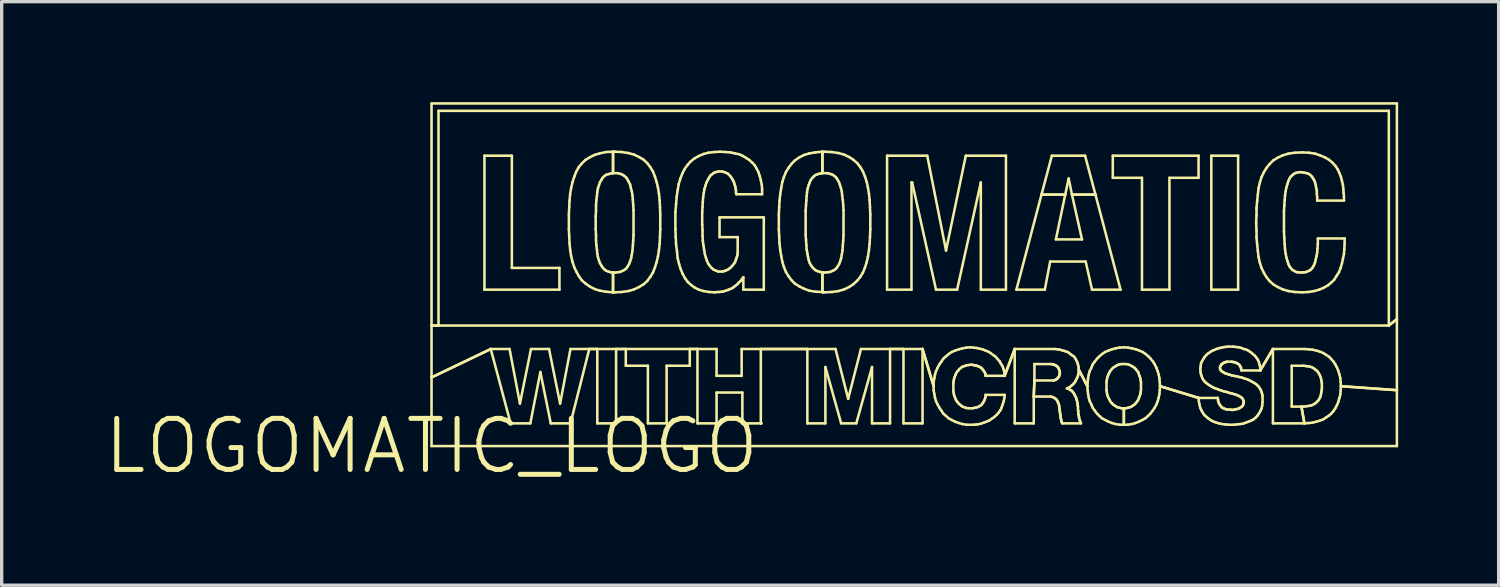
<source format=kicad_pcb>
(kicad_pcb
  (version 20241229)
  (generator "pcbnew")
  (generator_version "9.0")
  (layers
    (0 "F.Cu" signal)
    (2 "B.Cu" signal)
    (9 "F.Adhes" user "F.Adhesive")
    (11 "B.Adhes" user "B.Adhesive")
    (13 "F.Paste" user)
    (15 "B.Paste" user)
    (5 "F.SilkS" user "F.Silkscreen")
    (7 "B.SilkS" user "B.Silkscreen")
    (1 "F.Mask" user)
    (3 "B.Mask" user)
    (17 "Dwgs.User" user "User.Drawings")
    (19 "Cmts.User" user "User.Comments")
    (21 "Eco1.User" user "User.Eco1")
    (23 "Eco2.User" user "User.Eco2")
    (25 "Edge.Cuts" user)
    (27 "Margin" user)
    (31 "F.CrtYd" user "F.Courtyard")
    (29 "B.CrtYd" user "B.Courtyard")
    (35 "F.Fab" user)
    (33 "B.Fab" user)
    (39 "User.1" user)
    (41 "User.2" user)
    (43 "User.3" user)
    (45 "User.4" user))
  (footprint "LOGOMATIC_LOGO"
    (layer "F.Cu")
    (at 9.833 10.267)
    (property "Reference" "LOGOMATIC_LOGO" (at 0 0 0) (layer "F.SilkS") (effects (font (size 1.524 1.524) (thickness 0.15))))
    (attr exclude_from_pos_files exclude_from_bom)
    (fp_line (start 0 -10.229) (end 0 -3.599) (stroke (width 0.076) (type solid)) (layer "F.SilkS"))
    (fp_line (start 0 -3.599) (end 0 -2.05) (stroke (width 0.076) (type solid)) (layer "F.SilkS"))
    (fp_line (start 0 -3.599) (end 0.208 -3.599) (stroke (width 0.076) (type solid)) (layer "F.SilkS"))
    (fp_line (start 0 -2.05) (end 0 0) (stroke (width 0.076) (type solid)) (layer "F.SilkS"))
    (fp_line (start 0 -2.05) (end 1.768 -2.898) (stroke (width 0.076) (type solid)) (layer "F.SilkS"))
    (fp_line (start 0 0) (end 28.819 0) (stroke (width 0.076) (type solid)) (layer "F.SilkS"))
    (fp_line (start 0.208 -10.008) (end 28.578 -10.008) (stroke (width 0.076) (type solid)) (layer "F.SilkS"))
    (fp_line (start 0.208 -3.599) (end 0.208 -10.008) (stroke (width 0.076) (type solid)) (layer "F.SilkS"))
    (fp_line (start 1.58 -8.669) (end 1.58 -4.669) (stroke (width 0.076) (type solid)) (layer "F.SilkS"))
    (fp_line (start 1.58 -4.669) (end 3.818 -4.669) (stroke (width 0.076) (type solid)) (layer "F.SilkS"))
    (fp_line (start 1.768 -2.898) (end 0 -2.05) (stroke (width 0.076) (type solid)) (layer "F.SilkS"))
    (fp_line (start 1.768 -2.898) (end 2.329 -2.898) (stroke (width 0.076) (type solid)) (layer "F.SilkS"))
    (fp_line (start 2.329 -2.898) (end 2.639 -1.27) (stroke (width 0.076) (type solid)) (layer "F.SilkS"))
    (fp_line (start 2.36 -0.678) (end 1.768 -2.898) (stroke (width 0.076) (type solid)) (layer "F.SilkS"))
    (fp_line (start 2.398 -8.669) (end 1.58 -8.669) (stroke (width 0.076) (type solid)) (layer "F.SilkS"))
    (fp_line (start 2.398 -5.319) (end 2.398 -8.669) (stroke (width 0.076) (type solid)) (layer "F.SilkS"))
    (fp_line (start 2.639 -1.27) (end 2.969 -2.898) (stroke (width 0.076) (type solid)) (layer "F.SilkS"))
    (fp_line (start 2.949 -0.678) (end 2.36 -0.678) (stroke (width 0.076) (type solid)) (layer "F.SilkS"))
    (fp_line (start 2.969 -2.898) (end 3.508 -2.898) (stroke (width 0.076) (type solid)) (layer "F.SilkS"))
    (fp_line (start 3.249 -2.21) (end 2.949 -0.678) (stroke (width 0.076) (type solid)) (layer "F.SilkS"))
    (fp_line (start 3.508 -2.898) (end 3.838 -1.27) (stroke (width 0.076) (type solid)) (layer "F.SilkS"))
    (fp_line (start 3.559 -0.678) (end 3.249 -2.21) (stroke (width 0.076) (type solid)) (layer "F.SilkS"))
    (fp_line (start 3.818 -5.319) (end 2.398 -5.319) (stroke (width 0.076) (type solid)) (layer "F.SilkS"))
    (fp_line (start 3.818 -4.669) (end 3.818 -5.319) (stroke (width 0.076) (type solid)) (layer "F.SilkS"))
    (fp_line (start 3.838 -1.27) (end 4.148 -2.898) (stroke (width 0.076) (type solid)) (layer "F.SilkS"))
    (fp_line (start 4.1 -6.909) (end 4.1 -6.469) (stroke (width 0.076) (type solid)) (layer "F.SilkS"))
    (fp_line (start 4.1 -6.469) (end 4.11 -6.259) (stroke (width 0.076) (type solid)) (layer "F.SilkS"))
    (fp_line (start 4.11 -7.13) (end 4.1 -6.909) (stroke (width 0.076) (type solid)) (layer "F.SilkS"))
    (fp_line (start 4.11 -6.259) (end 4.12 -6.048) (stroke (width 0.076) (type solid)) (layer "F.SilkS"))
    (fp_line (start 4.12 -7.328) (end 4.11 -7.13) (stroke (width 0.076) (type solid)) (layer "F.SilkS"))
    (fp_line (start 4.12 -6.048) (end 4.138 -5.86) (stroke (width 0.076) (type solid)) (layer "F.SilkS"))
    (fp_line (start 4.138 -7.529) (end 4.12 -7.328) (stroke (width 0.076) (type solid)) (layer "F.SilkS"))
    (fp_line (start 4.138 -5.86) (end 4.168 -5.669) (stroke (width 0.076) (type solid)) (layer "F.SilkS"))
    (fp_line (start 4.148 -2.898) (end 8.509 -2.898) (stroke (width 0.076) (type solid)) (layer "F.SilkS"))
    (fp_line (start 4.148 -0.678) (end 3.559 -0.678) (stroke (width 0.076) (type solid)) (layer "F.SilkS"))
    (fp_line (start 4.168 -7.709) (end 4.138 -7.529) (stroke (width 0.076) (type solid)) (layer "F.SilkS"))
    (fp_line (start 4.168 -5.669) (end 4.209 -5.499) (stroke (width 0.076) (type solid)) (layer "F.SilkS"))
    (fp_line (start 4.209 -7.879) (end 4.168 -7.709) (stroke (width 0.076) (type solid)) (layer "F.SilkS"))
    (fp_line (start 4.209 -5.499) (end 4.26 -5.339) (stroke (width 0.076) (type solid)) (layer "F.SilkS"))
    (fp_line (start 4.26 -8.039) (end 4.209 -7.879) (stroke (width 0.076) (type solid)) (layer "F.SilkS"))
    (fp_line (start 4.26 -5.339) (end 4.328 -5.199) (stroke (width 0.076) (type solid)) (layer "F.SilkS"))
    (fp_line (start 4.318 -8.189) (end 4.26 -8.039) (stroke (width 0.076) (type solid)) (layer "F.SilkS"))
    (fp_line (start 4.328 -5.199) (end 4.399 -5.07) (stroke (width 0.076) (type solid)) (layer "F.SilkS"))
    (fp_line (start 4.389 -8.319) (end 4.318 -8.189) (stroke (width 0.076) (type solid)) (layer "F.SilkS"))
    (fp_line (start 4.399 -5.07) (end 4.488 -4.948) (stroke (width 0.076) (type solid)) (layer "F.SilkS"))
    (fp_line (start 4.478 -8.428) (end 4.389 -8.319) (stroke (width 0.076) (type solid)) (layer "F.SilkS"))
    (fp_line (start 4.488 -4.948) (end 4.6 -4.849) (stroke (width 0.076) (type solid)) (layer "F.SilkS"))
    (fp_line (start 4.59 -8.539) (end 4.478 -8.428) (stroke (width 0.076) (type solid)) (layer "F.SilkS"))
    (fp_line (start 4.6 -4.849) (end 4.729 -4.76) (stroke (width 0.076) (type solid)) (layer "F.SilkS"))
    (fp_line (start 4.709 -2.898) (end 4.148 -0.678) (stroke (width 0.076) (type solid)) (layer "F.SilkS"))
    (fp_line (start 4.719 -8.618) (end 4.59 -8.539) (stroke (width 0.076) (type solid)) (layer "F.SilkS"))
    (fp_line (start 4.729 -4.76) (end 4.869 -4.689) (stroke (width 0.076) (type solid)) (layer "F.SilkS"))
    (fp_line (start 4.859 -8.689) (end 4.719 -8.618) (stroke (width 0.076) (type solid)) (layer "F.SilkS"))
    (fp_line (start 4.869 -4.689) (end 5.029 -4.638) (stroke (width 0.076) (type solid)) (layer "F.SilkS"))
    (fp_line (start 4.9 -6.858) (end 4.91 -7.028) (stroke (width 0.076) (type solid)) (layer "F.SilkS"))
    (fp_line (start 4.9 -6.48) (end 4.9 -6.858) (stroke (width 0.076) (type solid)) (layer "F.SilkS"))
    (fp_line (start 4.91 -7.188) (end 4.92 -7.338) (stroke (width 0.076) (type solid)) (layer "F.SilkS"))
    (fp_line (start 4.91 -7.028) (end 4.91 -7.188) (stroke (width 0.076) (type solid)) (layer "F.SilkS"))
    (fp_line (start 4.91 -6.299) (end 4.9 -6.48) (stroke (width 0.076) (type solid)) (layer "F.SilkS"))
    (fp_line (start 4.91 -6.139) (end 4.91 -6.299) (stroke (width 0.076) (type solid)) (layer "F.SilkS"))
    (fp_line (start 4.92 -7.338) (end 4.938 -7.468) (stroke (width 0.076) (type solid)) (layer "F.SilkS"))
    (fp_line (start 4.92 -5.999) (end 4.91 -6.139) (stroke (width 0.076) (type solid)) (layer "F.SilkS"))
    (fp_line (start 4.938 -7.468) (end 4.948 -7.59) (stroke (width 0.076) (type solid)) (layer "F.SilkS"))
    (fp_line (start 4.938 -5.86) (end 4.92 -5.999) (stroke (width 0.076) (type solid)) (layer "F.SilkS"))
    (fp_line (start 4.948 -7.59) (end 4.968 -7.699) (stroke (width 0.076) (type solid)) (layer "F.SilkS"))
    (fp_line (start 4.948 -5.738) (end 4.938 -5.86) (stroke (width 0.076) (type solid)) (layer "F.SilkS"))
    (fp_line (start 4.948 -2.898) (end 4.709 -2.898) (stroke (width 0.076) (type solid)) (layer "F.SilkS"))
    (fp_line (start 4.948 -0.678) (end 4.948 -2.898) (stroke (width 0.076) (type solid)) (layer "F.SilkS"))
    (fp_line (start 4.968 -7.699) (end 4.999 -7.788) (stroke (width 0.076) (type solid)) (layer "F.SilkS"))
    (fp_line (start 4.968 -5.639) (end 4.948 -5.738) (stroke (width 0.076) (type solid)) (layer "F.SilkS"))
    (fp_line (start 4.999 -7.788) (end 5.029 -7.879) (stroke (width 0.076) (type solid)) (layer "F.SilkS"))
    (fp_line (start 4.999 -5.54) (end 4.968 -5.639) (stroke (width 0.076) (type solid)) (layer "F.SilkS"))
    (fp_line (start 5.019 -8.738) (end 4.859 -8.689) (stroke (width 0.076) (type solid)) (layer "F.SilkS"))
    (fp_line (start 5.029 -7.879) (end 5.07 -7.948) (stroke (width 0.076) (type solid)) (layer "F.SilkS"))
    (fp_line (start 5.029 -5.458) (end 4.999 -5.54) (stroke (width 0.076) (type solid)) (layer "F.SilkS"))
    (fp_line (start 5.029 -4.638) (end 5.21 -4.608) (stroke (width 0.076) (type solid)) (layer "F.SilkS"))
    (fp_line (start 5.07 -7.948) (end 5.108 -8.009) (stroke (width 0.076) (type solid)) (layer "F.SilkS"))
    (fp_line (start 5.07 -5.39) (end 5.029 -5.458) (stroke (width 0.076) (type solid)) (layer "F.SilkS"))
    (fp_line (start 5.108 -8.009) (end 5.159 -8.059) (stroke (width 0.076) (type solid)) (layer "F.SilkS"))
    (fp_line (start 5.108 -5.329) (end 5.07 -5.39) (stroke (width 0.076) (type solid)) (layer "F.SilkS"))
    (fp_line (start 5.159 -8.059) (end 5.21 -8.098) (stroke (width 0.076) (type solid)) (layer "F.SilkS"))
    (fp_line (start 5.159 -5.278) (end 5.108 -5.329) (stroke (width 0.076) (type solid)) (layer "F.SilkS"))
    (fp_line (start 5.21 -8.778) (end 5.019 -8.738) (stroke (width 0.076) (type solid)) (layer "F.SilkS"))
    (fp_line (start 5.21 -8.098) (end 5.278 -8.118) (stroke (width 0.076) (type solid)) (layer "F.SilkS"))
    (fp_line (start 5.21 -5.237) (end 5.159 -5.278) (stroke (width 0.076) (type solid)) (layer "F.SilkS"))
    (fp_line (start 5.21 -4.608) (end 5.418 -4.59) (stroke (width 0.076) (type solid)) (layer "F.SilkS"))
    (fp_line (start 5.278 -8.118) (end 5.349 -8.138) (stroke (width 0.076) (type solid)) (layer "F.SilkS"))
    (fp_line (start 5.278 -5.21) (end 5.21 -5.237) (stroke (width 0.076) (type solid)) (layer "F.SilkS"))
    (fp_line (start 5.349 -8.138) (end 5.418 -8.148) (stroke (width 0.076) (type solid)) (layer "F.SilkS"))
    (fp_line (start 5.349 -5.189) (end 5.278 -5.21) (stroke (width 0.076) (type solid)) (layer "F.SilkS"))
    (fp_line (start 5.418 -8.788) (end 5.21 -8.778) (stroke (width 0.076) (type solid)) (layer "F.SilkS"))
    (fp_line (start 5.418 -8.788) (end 5.418 -8.148) (stroke (width 0.076) (type solid)) (layer "F.SilkS"))
    (fp_line (start 5.418 -8.148) (end 5.418 -8.788) (stroke (width 0.076) (type solid)) (layer "F.SilkS"))
    (fp_line (start 5.418 -8.148) (end 5.55 -8.148) (stroke (width 0.076) (type solid)) (layer "F.SilkS"))
    (fp_line (start 5.418 -5.179) (end 5.349 -5.189) (stroke (width 0.076) (type solid)) (layer "F.SilkS"))
    (fp_line (start 5.418 -5.179) (end 5.418 -4.59) (stroke (width 0.076) (type solid)) (layer "F.SilkS"))
    (fp_line (start 5.418 -4.59) (end 5.418 -5.179) (stroke (width 0.076) (type solid)) (layer "F.SilkS"))
    (fp_line (start 5.418 -4.59) (end 5.469 -4.59) (stroke (width 0.076) (type solid)) (layer "F.SilkS"))
    (fp_line (start 5.469 -8.788) (end 5.418 -8.788) (stroke (width 0.076) (type solid)) (layer "F.SilkS"))
    (fp_line (start 5.469 -5.179) (end 5.418 -5.179) (stroke (width 0.076) (type solid)) (layer "F.SilkS"))
    (fp_line (start 5.469 -4.59) (end 5.679 -4.6) (stroke (width 0.076) (type solid)) (layer "F.SilkS"))
    (fp_line (start 5.509 -2.898) (end 5.509 -0.678) (stroke (width 0.076) (type solid)) (layer "F.SilkS"))
    (fp_line (start 5.509 -0.678) (end 4.948 -0.678) (stroke (width 0.076) (type solid)) (layer "F.SilkS"))
    (fp_line (start 5.55 -8.148) (end 5.629 -8.128) (stroke (width 0.076) (type solid)) (layer "F.SilkS"))
    (fp_line (start 5.55 -5.189) (end 5.469 -5.179) (stroke (width 0.076) (type solid)) (layer "F.SilkS"))
    (fp_line (start 5.629 -8.128) (end 5.69 -8.108) (stroke (width 0.076) (type solid)) (layer "F.SilkS"))
    (fp_line (start 5.629 -5.199) (end 5.55 -5.189) (stroke (width 0.076) (type solid)) (layer "F.SilkS"))
    (fp_line (start 5.679 -8.778) (end 5.469 -8.788) (stroke (width 0.076) (type solid)) (layer "F.SilkS"))
    (fp_line (start 5.679 -4.6) (end 5.878 -4.628) (stroke (width 0.076) (type solid)) (layer "F.SilkS"))
    (fp_line (start 5.69 -8.108) (end 5.748 -8.07) (stroke (width 0.076) (type solid)) (layer "F.SilkS"))
    (fp_line (start 5.7 -5.23) (end 5.629 -5.199) (stroke (width 0.076) (type solid)) (layer "F.SilkS"))
    (fp_line (start 5.748 -8.07) (end 5.809 -8.019) (stroke (width 0.076) (type solid)) (layer "F.SilkS"))
    (fp_line (start 5.758 -5.258) (end 5.7 -5.23) (stroke (width 0.076) (type solid)) (layer "F.SilkS"))
    (fp_line (start 5.799 -2.898) (end 5.509 -2.898) (stroke (width 0.076) (type solid)) (layer "F.SilkS"))
    (fp_line (start 5.799 -2.398) (end 5.799 -2.898) (stroke (width 0.076) (type solid)) (layer "F.SilkS"))
    (fp_line (start 5.809 -8.019) (end 5.85 -7.958) (stroke (width 0.076) (type solid)) (layer "F.SilkS"))
    (fp_line (start 5.819 -5.309) (end 5.758 -5.258) (stroke (width 0.076) (type solid)) (layer "F.SilkS"))
    (fp_line (start 5.85 -7.958) (end 5.888 -7.889) (stroke (width 0.076) (type solid)) (layer "F.SilkS"))
    (fp_line (start 5.86 -5.37) (end 5.819 -5.309) (stroke (width 0.076) (type solid)) (layer "F.SilkS"))
    (fp_line (start 5.878 -8.748) (end 5.679 -8.778) (stroke (width 0.076) (type solid)) (layer "F.SilkS"))
    (fp_line (start 5.878 -4.628) (end 6.048 -4.679) (stroke (width 0.076) (type solid)) (layer "F.SilkS"))
    (fp_line (start 5.888 -7.889) (end 5.928 -7.808) (stroke (width 0.076) (type solid)) (layer "F.SilkS"))
    (fp_line (start 5.898 -5.438) (end 5.86 -5.37) (stroke (width 0.076) (type solid)) (layer "F.SilkS"))
    (fp_line (start 5.928 -7.808) (end 5.949 -7.709) (stroke (width 0.076) (type solid)) (layer "F.SilkS"))
    (fp_line (start 5.928 -5.519) (end 5.898 -5.438) (stroke (width 0.076) (type solid)) (layer "F.SilkS"))
    (fp_line (start 5.949 -7.709) (end 5.979 -7.6) (stroke (width 0.076) (type solid)) (layer "F.SilkS"))
    (fp_line (start 5.959 -5.608) (end 5.928 -5.519) (stroke (width 0.076) (type solid)) (layer "F.SilkS"))
    (fp_line (start 5.979 -7.6) (end 5.999 -7.478) (stroke (width 0.076) (type solid)) (layer "F.SilkS"))
    (fp_line (start 5.979 -5.718) (end 5.959 -5.608) (stroke (width 0.076) (type solid)) (layer "F.SilkS"))
    (fp_line (start 5.999 -7.478) (end 6.01 -7.348) (stroke (width 0.076) (type solid)) (layer "F.SilkS"))
    (fp_line (start 5.999 -5.839) (end 5.979 -5.718) (stroke (width 0.076) (type solid)) (layer "F.SilkS"))
    (fp_line (start 6.01 -7.348) (end 6.02 -7.198) (stroke (width 0.076) (type solid)) (layer "F.SilkS"))
    (fp_line (start 6.01 -5.979) (end 5.999 -5.839) (stroke (width 0.076) (type solid)) (layer "F.SilkS"))
    (fp_line (start 6.02 -7.198) (end 6.03 -7.038) (stroke (width 0.076) (type solid)) (layer "F.SilkS"))
    (fp_line (start 6.02 -6.129) (end 6.01 -5.979) (stroke (width 0.076) (type solid)) (layer "F.SilkS"))
    (fp_line (start 6.03 -7.038) (end 6.03 -6.289) (stroke (width 0.076) (type solid)) (layer "F.SilkS"))
    (fp_line (start 6.03 -6.289) (end 6.02 -6.129) (stroke (width 0.076) (type solid)) (layer "F.SilkS"))
    (fp_line (start 6.048 -8.7) (end 5.878 -8.748) (stroke (width 0.076) (type solid)) (layer "F.SilkS"))
    (fp_line (start 6.048 -4.679) (end 6.198 -4.75) (stroke (width 0.076) (type solid)) (layer "F.SilkS"))
    (fp_line (start 6.198 -8.628) (end 6.048 -8.7) (stroke (width 0.076) (type solid)) (layer "F.SilkS"))
    (fp_line (start 6.198 -4.75) (end 6.33 -4.829) (stroke (width 0.076) (type solid)) (layer "F.SilkS"))
    (fp_line (start 6.33 -8.55) (end 6.198 -8.628) (stroke (width 0.076) (type solid)) (layer "F.SilkS"))
    (fp_line (start 6.33 -4.829) (end 6.439 -4.928) (stroke (width 0.076) (type solid)) (layer "F.SilkS"))
    (fp_line (start 6.439 -8.448) (end 6.33 -8.55) (stroke (width 0.076) (type solid)) (layer "F.SilkS"))
    (fp_line (start 6.439 -4.928) (end 6.528 -5.05) (stroke (width 0.076) (type solid)) (layer "F.SilkS"))
    (fp_line (start 6.459 -2.398) (end 5.799 -2.398) (stroke (width 0.076) (type solid)) (layer "F.SilkS"))
    (fp_line (start 6.459 -0.678) (end 6.459 -2.398) (stroke (width 0.076) (type solid)) (layer "F.SilkS"))
    (fp_line (start 6.528 -8.329) (end 6.439 -8.448) (stroke (width 0.076) (type solid)) (layer "F.SilkS"))
    (fp_line (start 6.528 -5.05) (end 6.609 -5.179) (stroke (width 0.076) (type solid)) (layer "F.SilkS"))
    (fp_line (start 6.609 -8.199) (end 6.528 -8.329) (stroke (width 0.076) (type solid)) (layer "F.SilkS"))
    (fp_line (start 6.609 -5.179) (end 6.668 -5.329) (stroke (width 0.076) (type solid)) (layer "F.SilkS"))
    (fp_line (start 6.668 -8.049) (end 6.609 -8.199) (stroke (width 0.076) (type solid)) (layer "F.SilkS"))
    (fp_line (start 6.668 -5.329) (end 6.718 -5.489) (stroke (width 0.076) (type solid)) (layer "F.SilkS"))
    (fp_line (start 6.718 -7.889) (end 6.668 -8.049) (stroke (width 0.076) (type solid)) (layer "F.SilkS"))
    (fp_line (start 6.718 -5.489) (end 6.759 -5.659) (stroke (width 0.076) (type solid)) (layer "F.SilkS"))
    (fp_line (start 6.759 -7.719) (end 6.718 -7.889) (stroke (width 0.076) (type solid)) (layer "F.SilkS"))
    (fp_line (start 6.759 -5.659) (end 6.789 -5.85) (stroke (width 0.076) (type solid)) (layer "F.SilkS"))
    (fp_line (start 6.789 -7.539) (end 6.759 -7.719) (stroke (width 0.076) (type solid)) (layer "F.SilkS"))
    (fp_line (start 6.789 -5.85) (end 6.81 -6.038) (stroke (width 0.076) (type solid)) (layer "F.SilkS"))
    (fp_line (start 6.81 -7.338) (end 6.789 -7.539) (stroke (width 0.076) (type solid)) (layer "F.SilkS"))
    (fp_line (start 6.81 -6.038) (end 6.82 -6.248) (stroke (width 0.076) (type solid)) (layer "F.SilkS"))
    (fp_line (start 6.82 -7.13) (end 6.81 -7.338) (stroke (width 0.076) (type solid)) (layer "F.SilkS"))
    (fp_line (start 6.82 -6.248) (end 6.828 -6.469) (stroke (width 0.076) (type solid)) (layer "F.SilkS"))
    (fp_line (start 6.828 -6.919) (end 6.82 -7.13) (stroke (width 0.076) (type solid)) (layer "F.SilkS"))
    (fp_line (start 6.828 -6.469) (end 6.828 -6.919) (stroke (width 0.076) (type solid)) (layer "F.SilkS"))
    (fp_line (start 7.018 -2.398) (end 7.018 -0.678) (stroke (width 0.076) (type solid)) (layer "F.SilkS"))
    (fp_line (start 7.018 -0.678) (end 6.459 -0.678) (stroke (width 0.076) (type solid)) (layer "F.SilkS"))
    (fp_line (start 7.28 -6.988) (end 7.28 -6.48) (stroke (width 0.076) (type solid)) (layer "F.SilkS"))
    (fp_line (start 7.28 -6.48) (end 7.29 -6.238) (stroke (width 0.076) (type solid)) (layer "F.SilkS"))
    (fp_line (start 7.29 -6.238) (end 7.3 -6.02) (stroke (width 0.076) (type solid)) (layer "F.SilkS"))
    (fp_line (start 7.3 -7.219) (end 7.28 -6.988) (stroke (width 0.076) (type solid)) (layer "F.SilkS"))
    (fp_line (start 7.3 -6.02) (end 7.328 -5.809) (stroke (width 0.076) (type solid)) (layer "F.SilkS"))
    (fp_line (start 7.318 -7.44) (end 7.3 -7.219) (stroke (width 0.076) (type solid)) (layer "F.SilkS"))
    (fp_line (start 7.328 -5.809) (end 7.348 -5.608) (stroke (width 0.076) (type solid)) (layer "F.SilkS"))
    (fp_line (start 7.348 -7.638) (end 7.318 -7.44) (stroke (width 0.076) (type solid)) (layer "F.SilkS"))
    (fp_line (start 7.348 -5.608) (end 7.389 -5.438) (stroke (width 0.076) (type solid)) (layer "F.SilkS"))
    (fp_line (start 7.379 -7.818) (end 7.348 -7.638) (stroke (width 0.076) (type solid)) (layer "F.SilkS"))
    (fp_line (start 7.389 -5.438) (end 7.44 -5.278) (stroke (width 0.076) (type solid)) (layer "F.SilkS"))
    (fp_line (start 7.429 -7.988) (end 7.379 -7.818) (stroke (width 0.076) (type solid)) (layer "F.SilkS"))
    (fp_line (start 7.44 -5.278) (end 7.498 -5.138) (stroke (width 0.076) (type solid)) (layer "F.SilkS"))
    (fp_line (start 7.488 -8.138) (end 7.429 -7.988) (stroke (width 0.076) (type solid)) (layer "F.SilkS"))
    (fp_line (start 7.498 -5.138) (end 7.569 -5.009) (stroke (width 0.076) (type solid)) (layer "F.SilkS"))
    (fp_line (start 7.559 -8.278) (end 7.488 -8.138) (stroke (width 0.076) (type solid)) (layer "F.SilkS"))
    (fp_line (start 7.569 -5.009) (end 7.648 -4.9) (stroke (width 0.076) (type solid)) (layer "F.SilkS"))
    (fp_line (start 7.648 -8.4) (end 7.559 -8.278) (stroke (width 0.076) (type solid)) (layer "F.SilkS"))
    (fp_line (start 7.648 -4.9) (end 7.75 -4.808) (stroke (width 0.076) (type solid)) (layer "F.SilkS"))
    (fp_line (start 7.709 -2.898) (end 7.709 -2.398) (stroke (width 0.076) (type solid)) (layer "F.SilkS"))
    (fp_line (start 7.709 -2.398) (end 7.018 -2.398) (stroke (width 0.076) (type solid)) (layer "F.SilkS"))
    (fp_line (start 7.739 -8.499) (end 7.648 -8.4) (stroke (width 0.076) (type solid)) (layer "F.SilkS"))
    (fp_line (start 7.75 -4.808) (end 7.859 -4.729) (stroke (width 0.076) (type solid)) (layer "F.SilkS"))
    (fp_line (start 7.849 -8.588) (end 7.739 -8.499) (stroke (width 0.076) (type solid)) (layer "F.SilkS"))
    (fp_line (start 7.859 -4.729) (end 7.978 -4.669) (stroke (width 0.076) (type solid)) (layer "F.SilkS"))
    (fp_line (start 7.938 -2.898) (end 7.709 -2.898) (stroke (width 0.076) (type solid)) (layer "F.SilkS"))
    (fp_line (start 7.938 -0.678) (end 7.938 -2.898) (stroke (width 0.076) (type solid)) (layer "F.SilkS"))
    (fp_line (start 7.978 -8.659) (end 7.849 -8.588) (stroke (width 0.076) (type solid)) (layer "F.SilkS"))
    (fp_line (start 7.978 -4.669) (end 8.118 -4.628) (stroke (width 0.076) (type solid)) (layer "F.SilkS"))
    (fp_line (start 8.08 -6.97) (end 8.09 -7.14) (stroke (width 0.076) (type solid)) (layer "F.SilkS"))
    (fp_line (start 8.08 -6.609) (end 8.08 -6.97) (stroke (width 0.076) (type solid)) (layer "F.SilkS"))
    (fp_line (start 8.09 -7.14) (end 8.098 -7.29) (stroke (width 0.076) (type solid)) (layer "F.SilkS"))
    (fp_line (start 8.09 -6.439) (end 8.08 -6.609) (stroke (width 0.076) (type solid)) (layer "F.SilkS"))
    (fp_line (start 8.09 -6.279) (end 8.09 -6.439) (stroke (width 0.076) (type solid)) (layer "F.SilkS"))
    (fp_line (start 8.098 -7.29) (end 8.108 -7.429) (stroke (width 0.076) (type solid)) (layer "F.SilkS"))
    (fp_line (start 8.098 -6.129) (end 8.09 -6.279) (stroke (width 0.076) (type solid)) (layer "F.SilkS"))
    (fp_line (start 8.108 -7.429) (end 8.128 -7.559) (stroke (width 0.076) (type solid)) (layer "F.SilkS"))
    (fp_line (start 8.118 -8.72) (end 7.978 -8.659) (stroke (width 0.076) (type solid)) (layer "F.SilkS"))
    (fp_line (start 8.118 -5.989) (end 8.098 -6.129) (stroke (width 0.076) (type solid)) (layer "F.SilkS"))
    (fp_line (start 8.118 -4.628) (end 8.278 -4.6) (stroke (width 0.076) (type solid)) (layer "F.SilkS"))
    (fp_line (start 8.128 -7.559) (end 8.148 -7.678) (stroke (width 0.076) (type solid)) (layer "F.SilkS"))
    (fp_line (start 8.138 -5.86) (end 8.118 -5.989) (stroke (width 0.076) (type solid)) (layer "F.SilkS"))
    (fp_line (start 8.148 -7.678) (end 8.179 -7.777) (stroke (width 0.076) (type solid)) (layer "F.SilkS"))
    (fp_line (start 8.158 -5.738) (end 8.138 -5.86) (stroke (width 0.076) (type solid)) (layer "F.SilkS"))
    (fp_line (start 8.179 -7.777) (end 8.209 -7.869) (stroke (width 0.076) (type solid)) (layer "F.SilkS"))
    (fp_line (start 8.189 -5.629) (end 8.158 -5.738) (stroke (width 0.076) (type solid)) (layer "F.SilkS"))
    (fp_line (start 8.209 -7.869) (end 8.25 -7.948) (stroke (width 0.076) (type solid)) (layer "F.SilkS"))
    (fp_line (start 8.219 -5.54) (end 8.189 -5.629) (stroke (width 0.076) (type solid)) (layer "F.SilkS"))
    (fp_line (start 8.25 -7.948) (end 8.288 -8.019) (stroke (width 0.076) (type solid)) (layer "F.SilkS"))
    (fp_line (start 8.258 -5.448) (end 8.219 -5.54) (stroke (width 0.076) (type solid)) (layer "F.SilkS"))
    (fp_line (start 8.268 -8.758) (end 8.118 -8.72) (stroke (width 0.076) (type solid)) (layer "F.SilkS"))
    (fp_line (start 8.278 -4.6) (end 8.458 -4.59) (stroke (width 0.076) (type solid)) (layer "F.SilkS"))
    (fp_line (start 8.288 -8.019) (end 8.329 -8.08) (stroke (width 0.076) (type solid)) (layer "F.SilkS"))
    (fp_line (start 8.308 -5.38) (end 8.258 -5.448) (stroke (width 0.076) (type solid)) (layer "F.SilkS"))
    (fp_line (start 8.329 -8.08) (end 8.379 -8.118) (stroke (width 0.076) (type solid)) (layer "F.SilkS"))
    (fp_line (start 8.359 -5.319) (end 8.308 -5.38) (stroke (width 0.076) (type solid)) (layer "F.SilkS"))
    (fp_line (start 8.379 -8.118) (end 8.428 -8.158) (stroke (width 0.076) (type solid)) (layer "F.SilkS"))
    (fp_line (start 8.418 -5.268) (end 8.359 -5.319) (stroke (width 0.076) (type solid)) (layer "F.SilkS"))
    (fp_line (start 8.428 -8.158) (end 8.489 -8.179) (stroke (width 0.076) (type solid)) (layer "F.SilkS"))
    (fp_line (start 8.438 -8.778) (end 8.268 -8.758) (stroke (width 0.076) (type solid)) (layer "F.SilkS"))
    (fp_line (start 8.458 -4.59) (end 8.529 -4.6) (stroke (width 0.076) (type solid)) (layer "F.SilkS"))
    (fp_line (start 8.489 -8.179) (end 8.56 -8.199) (stroke (width 0.076) (type solid)) (layer "F.SilkS"))
    (fp_line (start 8.489 -5.237) (end 8.418 -5.268) (stroke (width 0.076) (type solid)) (layer "F.SilkS"))
    (fp_line (start 8.509 -2.898) (end 8.509 -2.098) (stroke (width 0.076) (type solid)) (layer "F.SilkS"))
    (fp_line (start 8.509 -2.098) (end 9.258 -2.098) (stroke (width 0.076) (type solid)) (layer "F.SilkS"))
    (fp_line (start 8.509 -1.598) (end 8.509 -0.678) (stroke (width 0.076) (type solid)) (layer "F.SilkS"))
    (fp_line (start 8.509 -0.678) (end 7.938 -0.678) (stroke (width 0.076) (type solid)) (layer "F.SilkS"))
    (fp_line (start 8.529 -4.6) (end 8.598 -4.6) (stroke (width 0.076) (type solid)) (layer "F.SilkS"))
    (fp_line (start 8.56 -8.199) (end 8.679 -8.199) (stroke (width 0.076) (type solid)) (layer "F.SilkS"))
    (fp_line (start 8.56 -5.21) (end 8.489 -5.237) (stroke (width 0.076) (type solid)) (layer "F.SilkS"))
    (fp_line (start 8.598 -6.828) (end 8.598 -6.238) (stroke (width 0.076) (type solid)) (layer "F.SilkS"))
    (fp_line (start 8.598 -6.238) (end 9.139 -6.238) (stroke (width 0.076) (type solid)) (layer "F.SilkS"))
    (fp_line (start 8.598 -4.6) (end 8.659 -4.608) (stroke (width 0.076) (type solid)) (layer "F.SilkS"))
    (fp_line (start 8.618 -8.788) (end 8.438 -8.778) (stroke (width 0.076) (type solid)) (layer "F.SilkS"))
    (fp_line (start 8.659 -4.608) (end 8.72 -4.618) (stroke (width 0.076) (type solid)) (layer "F.SilkS"))
    (fp_line (start 8.679 -8.199) (end 8.738 -8.179) (stroke (width 0.076) (type solid)) (layer "F.SilkS"))
    (fp_line (start 8.679 -5.21) (end 8.56 -5.21) (stroke (width 0.076) (type solid)) (layer "F.SilkS"))
    (fp_line (start 8.72 -5.22) (end 8.679 -5.21) (stroke (width 0.076) (type solid)) (layer "F.SilkS"))
    (fp_line (start 8.72 -4.618) (end 8.778 -4.638) (stroke (width 0.076) (type solid)) (layer "F.SilkS"))
    (fp_line (start 8.738 -8.179) (end 8.788 -8.158) (stroke (width 0.076) (type solid)) (layer "F.SilkS"))
    (fp_line (start 8.758 -5.23) (end 8.72 -5.22) (stroke (width 0.076) (type solid)) (layer "F.SilkS"))
    (fp_line (start 8.778 -8.778) (end 8.618 -8.788) (stroke (width 0.076) (type solid)) (layer "F.SilkS"))
    (fp_line (start 8.778 -4.638) (end 8.839 -4.658) (stroke (width 0.076) (type solid)) (layer "F.SilkS"))
    (fp_line (start 8.788 -8.158) (end 8.839 -8.138) (stroke (width 0.076) (type solid)) (layer "F.SilkS"))
    (fp_line (start 8.799 -5.248) (end 8.758 -5.23) (stroke (width 0.076) (type solid)) (layer "F.SilkS"))
    (fp_line (start 8.839 -8.138) (end 8.88 -8.098) (stroke (width 0.076) (type solid)) (layer "F.SilkS"))
    (fp_line (start 8.839 -4.658) (end 8.89 -4.679) (stroke (width 0.076) (type solid)) (layer "F.SilkS"))
    (fp_line (start 8.849 -5.268) (end 8.799 -5.248) (stroke (width 0.076) (type solid)) (layer "F.SilkS"))
    (fp_line (start 8.88 -8.098) (end 8.918 -8.059) (stroke (width 0.076) (type solid)) (layer "F.SilkS"))
    (fp_line (start 8.89 -5.298) (end 8.849 -5.268) (stroke (width 0.076) (type solid)) (layer "F.SilkS"))
    (fp_line (start 8.89 -4.679) (end 8.948 -4.699) (stroke (width 0.076) (type solid)) (layer "F.SilkS"))
    (fp_line (start 8.918 -8.059) (end 8.948 -8.019) (stroke (width 0.076) (type solid)) (layer "F.SilkS"))
    (fp_line (start 8.928 -8.768) (end 8.778 -8.778) (stroke (width 0.076) (type solid)) (layer "F.SilkS"))
    (fp_line (start 8.928 -5.329) (end 8.89 -5.298) (stroke (width 0.076) (type solid)) (layer "F.SilkS"))
    (fp_line (start 8.948 -8.019) (end 8.979 -7.968) (stroke (width 0.076) (type solid)) (layer "F.SilkS"))
    (fp_line (start 8.948 -4.699) (end 8.999 -4.729) (stroke (width 0.076) (type solid)) (layer "F.SilkS"))
    (fp_line (start 8.969 -5.37) (end 8.928 -5.329) (stroke (width 0.076) (type solid)) (layer "F.SilkS"))
    (fp_line (start 8.979 -7.968) (end 9.009 -7.92) (stroke (width 0.076) (type solid)) (layer "F.SilkS"))
    (fp_line (start 8.999 -5.408) (end 8.969 -5.37) (stroke (width 0.076) (type solid)) (layer "F.SilkS"))
    (fp_line (start 8.999 -4.729) (end 9.047 -4.768) (stroke (width 0.076) (type solid)) (layer "F.SilkS"))
    (fp_line (start 9.009 -7.92) (end 9.03 -7.869) (stroke (width 0.076) (type solid)) (layer "F.SilkS"))
    (fp_line (start 9.03 -7.869) (end 9.047 -7.808) (stroke (width 0.076) (type solid)) (layer "F.SilkS"))
    (fp_line (start 9.04 -5.458) (end 8.999 -5.408) (stroke (width 0.076) (type solid)) (layer "F.SilkS"))
    (fp_line (start 9.047 -7.808) (end 9.068 -7.75) (stroke (width 0.076) (type solid)) (layer "F.SilkS"))
    (fp_line (start 9.047 -4.768) (end 9.088 -4.798) (stroke (width 0.076) (type solid)) (layer "F.SilkS"))
    (fp_line (start 9.058 -8.738) (end 8.928 -8.768) (stroke (width 0.076) (type solid)) (layer "F.SilkS"))
    (fp_line (start 9.068 -7.75) (end 9.078 -7.689) (stroke (width 0.076) (type solid)) (layer "F.SilkS"))
    (fp_line (start 9.068 -5.509) (end 9.04 -5.458) (stroke (width 0.076) (type solid)) (layer "F.SilkS"))
    (fp_line (start 9.078 -7.689) (end 9.088 -7.628) (stroke (width 0.076) (type solid)) (layer "F.SilkS"))
    (fp_line (start 9.088 -7.628) (end 9.088 -7.569) (stroke (width 0.076) (type solid)) (layer "F.SilkS"))
    (fp_line (start 9.088 -7.569) (end 9.098 -7.518) (stroke (width 0.076) (type solid)) (layer "F.SilkS"))
    (fp_line (start 9.088 -5.568) (end 9.068 -5.509) (stroke (width 0.076) (type solid)) (layer "F.SilkS"))
    (fp_line (start 9.088 -4.798) (end 9.139 -4.839) (stroke (width 0.076) (type solid)) (layer "F.SilkS"))
    (fp_line (start 9.098 -7.518) (end 9.868 -7.518) (stroke (width 0.076) (type solid)) (layer "F.SilkS"))
    (fp_line (start 9.108 -5.629) (end 9.088 -5.568) (stroke (width 0.076) (type solid)) (layer "F.SilkS"))
    (fp_line (start 9.129 -5.69) (end 9.108 -5.629) (stroke (width 0.076) (type solid)) (layer "F.SilkS"))
    (fp_line (start 9.139 -6.238) (end 9.139 -5.768) (stroke (width 0.076) (type solid)) (layer "F.SilkS"))
    (fp_line (start 9.139 -5.768) (end 9.129 -5.69) (stroke (width 0.076) (type solid)) (layer "F.SilkS"))
    (fp_line (start 9.139 -4.839) (end 9.18 -4.889) (stroke (width 0.076) (type solid)) (layer "F.SilkS"))
    (fp_line (start 9.18 -4.889) (end 9.228 -4.928) (stroke (width 0.076) (type solid)) (layer "F.SilkS"))
    (fp_line (start 9.19 -8.71) (end 9.058 -8.738) (stroke (width 0.076) (type solid)) (layer "F.SilkS"))
    (fp_line (start 9.228 -4.928) (end 9.268 -4.989) (stroke (width 0.076) (type solid)) (layer "F.SilkS"))
    (fp_line (start 9.258 -2.898) (end 12.06 -2.898) (stroke (width 0.076) (type solid)) (layer "F.SilkS"))
    (fp_line (start 9.258 -2.098) (end 9.258 -2.898) (stroke (width 0.076) (type solid)) (layer "F.SilkS"))
    (fp_line (start 9.268 -4.989) (end 9.309 -5.039) (stroke (width 0.076) (type solid)) (layer "F.SilkS"))
    (fp_line (start 9.279 -1.598) (end 8.509 -1.598) (stroke (width 0.076) (type solid)) (layer "F.SilkS"))
    (fp_line (start 9.279 -0.678) (end 9.279 -1.598) (stroke (width 0.076) (type solid)) (layer "F.SilkS"))
    (fp_line (start 9.299 -8.659) (end 9.19 -8.71) (stroke (width 0.076) (type solid)) (layer "F.SilkS"))
    (fp_line (start 9.309 -5.039) (end 9.309 -4.669) (stroke (width 0.076) (type solid)) (layer "F.SilkS"))
    (fp_line (start 9.309 -4.669) (end 9.919 -4.669) (stroke (width 0.076) (type solid)) (layer "F.SilkS"))
    (fp_line (start 9.398 -8.598) (end 9.299 -8.659) (stroke (width 0.076) (type solid)) (layer "F.SilkS"))
    (fp_line (start 9.489 -8.539) (end 9.398 -8.598) (stroke (width 0.076) (type solid)) (layer "F.SilkS"))
    (fp_line (start 9.578 -8.458) (end 9.489 -8.539) (stroke (width 0.076) (type solid)) (layer "F.SilkS"))
    (fp_line (start 9.649 -8.379) (end 9.578 -8.458) (stroke (width 0.076) (type solid)) (layer "F.SilkS"))
    (fp_line (start 9.708 -8.278) (end 9.649 -8.379) (stroke (width 0.076) (type solid)) (layer "F.SilkS"))
    (fp_line (start 9.759 -8.179) (end 9.708 -8.278) (stroke (width 0.076) (type solid)) (layer "F.SilkS"))
    (fp_line (start 9.799 -8.059) (end 9.759 -8.179) (stroke (width 0.076) (type solid)) (layer "F.SilkS"))
    (fp_line (start 9.83 -7.938) (end 9.799 -8.059) (stroke (width 0.076) (type solid)) (layer "F.SilkS"))
    (fp_line (start 9.83 -2.898) (end 9.83 -0.678) (stroke (width 0.076) (type solid)) (layer "F.SilkS"))
    (fp_line (start 9.83 -0.678) (end 9.848 -0.678) (stroke (width 0.076) (type solid)) (layer "F.SilkS"))
    (fp_line (start 9.848 -0.678) (end 9.279 -0.678) (stroke (width 0.076) (type solid)) (layer "F.SilkS"))
    (fp_line (start 9.858 -7.808) (end 9.83 -7.938) (stroke (width 0.076) (type solid)) (layer "F.SilkS"))
    (fp_line (start 9.868 -7.668) (end 9.858 -7.808) (stroke (width 0.076) (type solid)) (layer "F.SilkS"))
    (fp_line (start 9.868 -7.518) (end 9.868 -7.668) (stroke (width 0.076) (type solid)) (layer "F.SilkS"))
    (fp_line (start 9.919 -6.828) (end 8.598 -6.828) (stroke (width 0.076) (type solid)) (layer "F.SilkS"))
    (fp_line (start 9.919 -4.669) (end 9.919 -6.828) (stroke (width 0.076) (type solid)) (layer "F.SilkS"))
    (fp_line (start 10.368 -6.909) (end 10.368 -6.469) (stroke (width 0.076) (type solid)) (layer "F.SilkS"))
    (fp_line (start 10.368 -6.469) (end 10.378 -6.259) (stroke (width 0.076) (type solid)) (layer "F.SilkS"))
    (fp_line (start 10.378 -7.13) (end 10.368 -6.909) (stroke (width 0.076) (type solid)) (layer "F.SilkS"))
    (fp_line (start 10.378 -6.259) (end 10.389 -6.048) (stroke (width 0.076) (type solid)) (layer "F.SilkS"))
    (fp_line (start 10.389 -7.328) (end 10.378 -7.13) (stroke (width 0.076) (type solid)) (layer "F.SilkS"))
    (fp_line (start 10.389 -6.048) (end 10.409 -5.86) (stroke (width 0.076) (type solid)) (layer "F.SilkS"))
    (fp_line (start 10.409 -7.518) (end 10.389 -7.328) (stroke (width 0.076) (type solid)) (layer "F.SilkS"))
    (fp_line (start 10.409 -5.86) (end 10.439 -5.679) (stroke (width 0.076) (type solid)) (layer "F.SilkS"))
    (fp_line (start 10.439 -7.709) (end 10.409 -7.518) (stroke (width 0.076) (type solid)) (layer "F.SilkS"))
    (fp_line (start 10.439 -5.679) (end 10.47 -5.509) (stroke (width 0.076) (type solid)) (layer "F.SilkS"))
    (fp_line (start 10.47 -7.879) (end 10.439 -7.709) (stroke (width 0.076) (type solid)) (layer "F.SilkS"))
    (fp_line (start 10.47 -5.509) (end 10.518 -5.349) (stroke (width 0.076) (type solid)) (layer "F.SilkS"))
    (fp_line (start 10.518 -8.029) (end 10.47 -7.879) (stroke (width 0.076) (type solid)) (layer "F.SilkS"))
    (fp_line (start 10.518 -5.349) (end 10.579 -5.199) (stroke (width 0.076) (type solid)) (layer "F.SilkS"))
    (fp_line (start 10.579 -8.179) (end 10.518 -8.029) (stroke (width 0.076) (type solid)) (layer "F.SilkS"))
    (fp_line (start 10.579 -5.199) (end 10.658 -5.07) (stroke (width 0.076) (type solid)) (layer "F.SilkS"))
    (fp_line (start 10.658 -8.308) (end 10.579 -8.179) (stroke (width 0.076) (type solid)) (layer "F.SilkS"))
    (fp_line (start 10.658 -5.07) (end 10.749 -4.948) (stroke (width 0.076) (type solid)) (layer "F.SilkS"))
    (fp_line (start 10.749 -8.428) (end 10.658 -8.308) (stroke (width 0.076) (type solid)) (layer "F.SilkS"))
    (fp_line (start 10.749 -4.948) (end 10.848 -4.849) (stroke (width 0.076) (type solid)) (layer "F.SilkS"))
    (fp_line (start 10.848 -8.529) (end 10.749 -8.428) (stroke (width 0.076) (type solid)) (layer "F.SilkS"))
    (fp_line (start 10.848 -4.849) (end 10.978 -4.768) (stroke (width 0.076) (type solid)) (layer "F.SilkS"))
    (fp_line (start 10.978 -8.618) (end 10.848 -8.529) (stroke (width 0.076) (type solid)) (layer "F.SilkS"))
    (fp_line (start 10.978 -4.768) (end 11.118 -4.699) (stroke (width 0.076) (type solid)) (layer "F.SilkS"))
    (fp_line (start 11.118 -8.689) (end 10.978 -8.618) (stroke (width 0.076) (type solid)) (layer "F.SilkS"))
    (fp_line (start 11.118 -4.699) (end 11.278 -4.638) (stroke (width 0.076) (type solid)) (layer "F.SilkS"))
    (fp_line (start 11.168 -7.028) (end 11.179 -7.188) (stroke (width 0.076) (type solid)) (layer "F.SilkS"))
    (fp_line (start 11.168 -6.309) (end 11.168 -7.028) (stroke (width 0.076) (type solid)) (layer "F.SilkS"))
    (fp_line (start 11.179 -7.188) (end 11.189 -7.328) (stroke (width 0.076) (type solid)) (layer "F.SilkS"))
    (fp_line (start 11.179 -6.149) (end 11.168 -6.309) (stroke (width 0.076) (type solid)) (layer "F.SilkS"))
    (fp_line (start 11.189 -7.328) (end 11.199 -7.468) (stroke (width 0.076) (type solid)) (layer "F.SilkS"))
    (fp_line (start 11.189 -5.999) (end 11.179 -6.149) (stroke (width 0.076) (type solid)) (layer "F.SilkS"))
    (fp_line (start 11.199 -7.468) (end 11.209 -7.579) (stroke (width 0.076) (type solid)) (layer "F.SilkS"))
    (fp_line (start 11.199 -5.87) (end 11.189 -5.999) (stroke (width 0.076) (type solid)) (layer "F.SilkS"))
    (fp_line (start 11.209 -7.579) (end 11.229 -7.689) (stroke (width 0.076) (type solid)) (layer "F.SilkS"))
    (fp_line (start 11.219 -5.748) (end 11.199 -5.87) (stroke (width 0.076) (type solid)) (layer "F.SilkS"))
    (fp_line (start 11.219 -2.898) (end 9.83 -2.898) (stroke (width 0.076) (type solid)) (layer "F.SilkS"))
    (fp_line (start 11.219 -0.678) (end 11.219 -2.898) (stroke (width 0.076) (type solid)) (layer "F.SilkS"))
    (fp_line (start 11.229 -7.689) (end 11.26 -7.788) (stroke (width 0.076) (type solid)) (layer "F.SilkS"))
    (fp_line (start 11.239 -5.649) (end 11.219 -5.748) (stroke (width 0.076) (type solid)) (layer "F.SilkS"))
    (fp_line (start 11.26 -7.788) (end 11.288 -7.869) (stroke (width 0.076) (type solid)) (layer "F.SilkS"))
    (fp_line (start 11.26 -5.55) (end 11.239 -5.649) (stroke (width 0.076) (type solid)) (layer "F.SilkS"))
    (fp_line (start 11.278 -8.738) (end 11.118 -8.689) (stroke (width 0.076) (type solid)) (layer "F.SilkS"))
    (fp_line (start 11.278 -4.638) (end 11.468 -4.608) (stroke (width 0.076) (type solid)) (layer "F.SilkS"))
    (fp_line (start 11.288 -7.869) (end 11.318 -7.938) (stroke (width 0.076) (type solid)) (layer "F.SilkS"))
    (fp_line (start 11.288 -5.469) (end 11.26 -5.55) (stroke (width 0.076) (type solid)) (layer "F.SilkS"))
    (fp_line (start 11.318 -7.938) (end 11.359 -7.998) (stroke (width 0.076) (type solid)) (layer "F.SilkS"))
    (fp_line (start 11.328 -5.397) (end 11.288 -5.469) (stroke (width 0.076) (type solid)) (layer "F.SilkS"))
    (fp_line (start 11.359 -7.998) (end 11.41 -8.049) (stroke (width 0.076) (type solid)) (layer "F.SilkS"))
    (fp_line (start 11.369 -5.339) (end 11.328 -5.397) (stroke (width 0.076) (type solid)) (layer "F.SilkS"))
    (fp_line (start 11.41 -8.049) (end 11.458 -8.09) (stroke (width 0.076) (type solid)) (layer "F.SilkS"))
    (fp_line (start 11.42 -5.288) (end 11.369 -5.339) (stroke (width 0.076) (type solid)) (layer "F.SilkS"))
    (fp_line (start 11.458 -8.768) (end 11.278 -8.738) (stroke (width 0.076) (type solid)) (layer "F.SilkS"))
    (fp_line (start 11.458 -8.09) (end 11.529 -8.118) (stroke (width 0.076) (type solid)) (layer "F.SilkS"))
    (fp_line (start 11.468 -5.248) (end 11.42 -5.288) (stroke (width 0.076) (type solid)) (layer "F.SilkS"))
    (fp_line (start 11.468 -4.608) (end 11.669 -4.6) (stroke (width 0.076) (type solid)) (layer "F.SilkS"))
    (fp_line (start 11.529 -8.118) (end 11.598 -8.138) (stroke (width 0.076) (type solid)) (layer "F.SilkS"))
    (fp_line (start 11.529 -5.22) (end 11.468 -5.248) (stroke (width 0.076) (type solid)) (layer "F.SilkS"))
    (fp_line (start 11.598 -8.138) (end 11.669 -8.148) (stroke (width 0.076) (type solid)) (layer "F.SilkS"))
    (fp_line (start 11.598 -5.199) (end 11.529 -5.22) (stroke (width 0.076) (type solid)) (layer "F.SilkS"))
    (fp_line (start 11.669 -8.788) (end 11.458 -8.768) (stroke (width 0.076) (type solid)) (layer "F.SilkS"))
    (fp_line (start 11.669 -8.788) (end 11.669 -8.148) (stroke (width 0.076) (type solid)) (layer "F.SilkS"))
    (fp_line (start 11.669 -8.148) (end 11.669 -8.788) (stroke (width 0.076) (type solid)) (layer "F.SilkS"))
    (fp_line (start 11.669 -8.148) (end 11.819 -8.148) (stroke (width 0.076) (type solid)) (layer "F.SilkS"))
    (fp_line (start 11.669 -5.189) (end 11.598 -5.199) (stroke (width 0.076) (type solid)) (layer "F.SilkS"))
    (fp_line (start 11.669 -5.189) (end 11.669 -4.6) (stroke (width 0.076) (type solid)) (layer "F.SilkS"))
    (fp_line (start 11.669 -4.6) (end 11.669 -5.189) (stroke (width 0.076) (type solid)) (layer "F.SilkS"))
    (fp_line (start 11.669 -4.6) (end 11.679 -4.6) (stroke (width 0.076) (type solid)) (layer "F.SilkS"))
    (fp_line (start 11.679 -5.189) (end 11.669 -5.189) (stroke (width 0.076) (type solid)) (layer "F.SilkS"))
    (fp_line (start 11.679 -4.6) (end 11.679 -4.59) (stroke (width 0.076) (type solid)) (layer "F.SilkS"))
    (fp_line (start 11.679 -4.59) (end 11.73 -4.59) (stroke (width 0.076) (type solid)) (layer "F.SilkS"))
    (fp_line (start 11.689 -5.179) (end 11.679 -5.189) (stroke (width 0.076) (type solid)) (layer "F.SilkS"))
    (fp_line (start 11.73 -8.788) (end 11.669 -8.788) (stroke (width 0.076) (type solid)) (layer "F.SilkS"))
    (fp_line (start 11.73 -5.179) (end 11.689 -5.179) (stroke (width 0.076) (type solid)) (layer "F.SilkS"))
    (fp_line (start 11.73 -4.59) (end 11.948 -4.6) (stroke (width 0.076) (type solid)) (layer "F.SilkS"))
    (fp_line (start 11.758 -2.36) (end 11.758 -0.678) (stroke (width 0.076) (type solid)) (layer "F.SilkS"))
    (fp_line (start 11.758 -0.678) (end 11.219 -0.678) (stroke (width 0.076) (type solid)) (layer "F.SilkS"))
    (fp_line (start 11.819 -8.148) (end 11.89 -8.128) (stroke (width 0.076) (type solid)) (layer "F.SilkS"))
    (fp_line (start 11.819 -5.189) (end 11.73 -5.179) (stroke (width 0.076) (type solid)) (layer "F.SilkS"))
    (fp_line (start 11.89 -8.128) (end 11.958 -8.108) (stroke (width 0.076) (type solid)) (layer "F.SilkS"))
    (fp_line (start 11.9 -5.199) (end 11.819 -5.189) (stroke (width 0.076) (type solid)) (layer "F.SilkS"))
    (fp_line (start 11.948 -8.778) (end 11.73 -8.788) (stroke (width 0.076) (type solid)) (layer "F.SilkS"))
    (fp_line (start 11.948 -4.6) (end 12.149 -4.628) (stroke (width 0.076) (type solid)) (layer "F.SilkS"))
    (fp_line (start 11.958 -8.108) (end 12.019 -8.07) (stroke (width 0.076) (type solid)) (layer "F.SilkS"))
    (fp_line (start 11.968 -5.23) (end 11.9 -5.199) (stroke (width 0.076) (type solid)) (layer "F.SilkS"))
    (fp_line (start 12.019 -8.07) (end 12.078 -8.019) (stroke (width 0.076) (type solid)) (layer "F.SilkS"))
    (fp_line (start 12.029 -5.258) (end 11.968 -5.23) (stroke (width 0.076) (type solid)) (layer "F.SilkS"))
    (fp_line (start 12.06 -2.898) (end 12.438 -1.41) (stroke (width 0.076) (type solid)) (layer "F.SilkS"))
    (fp_line (start 12.078 -8.019) (end 12.118 -7.958) (stroke (width 0.076) (type solid)) (layer "F.SilkS"))
    (fp_line (start 12.088 -5.309) (end 12.029 -5.258) (stroke (width 0.076) (type solid)) (layer "F.SilkS"))
    (fp_line (start 12.118 -7.958) (end 12.159 -7.889) (stroke (width 0.076) (type solid)) (layer "F.SilkS"))
    (fp_line (start 12.129 -5.37) (end 12.088 -5.309) (stroke (width 0.076) (type solid)) (layer "F.SilkS"))
    (fp_line (start 12.149 -8.748) (end 11.948 -8.778) (stroke (width 0.076) (type solid)) (layer "F.SilkS"))
    (fp_line (start 12.149 -4.628) (end 12.319 -4.679) (stroke (width 0.076) (type solid)) (layer "F.SilkS"))
    (fp_line (start 12.159 -7.889) (end 12.189 -7.808) (stroke (width 0.076) (type solid)) (layer "F.SilkS"))
    (fp_line (start 12.169 -5.438) (end 12.129 -5.37) (stroke (width 0.076) (type solid)) (layer "F.SilkS"))
    (fp_line (start 12.189 -7.808) (end 12.22 -7.709) (stroke (width 0.076) (type solid)) (layer "F.SilkS"))
    (fp_line (start 12.2 -5.519) (end 12.169 -5.438) (stroke (width 0.076) (type solid)) (layer "F.SilkS"))
    (fp_line (start 12.22 -7.709) (end 12.248 -7.6) (stroke (width 0.076) (type solid)) (layer "F.SilkS"))
    (fp_line (start 12.228 -5.608) (end 12.2 -5.519) (stroke (width 0.076) (type solid)) (layer "F.SilkS"))
    (fp_line (start 12.228 -0.678) (end 11.758 -2.36) (stroke (width 0.076) (type solid)) (layer "F.SilkS"))
    (fp_line (start 12.248 -7.6) (end 12.258 -7.478) (stroke (width 0.076) (type solid)) (layer "F.SilkS"))
    (fp_line (start 12.248 -5.718) (end 12.228 -5.608) (stroke (width 0.076) (type solid)) (layer "F.SilkS"))
    (fp_line (start 12.258 -7.478) (end 12.278 -7.348) (stroke (width 0.076) (type solid)) (layer "F.SilkS"))
    (fp_line (start 12.268 -5.839) (end 12.248 -5.718) (stroke (width 0.076) (type solid)) (layer "F.SilkS"))
    (fp_line (start 12.278 -7.348) (end 12.289 -7.198) (stroke (width 0.076) (type solid)) (layer "F.SilkS"))
    (fp_line (start 12.278 -5.979) (end 12.268 -5.839) (stroke (width 0.076) (type solid)) (layer "F.SilkS"))
    (fp_line (start 12.289 -7.198) (end 12.299 -7.038) (stroke (width 0.076) (type solid)) (layer "F.SilkS"))
    (fp_line (start 12.289 -6.129) (end 12.278 -5.979) (stroke (width 0.076) (type solid)) (layer "F.SilkS"))
    (fp_line (start 12.299 -7.038) (end 12.299 -6.289) (stroke (width 0.076) (type solid)) (layer "F.SilkS"))
    (fp_line (start 12.299 -6.289) (end 12.289 -6.129) (stroke (width 0.076) (type solid)) (layer "F.SilkS"))
    (fp_line (start 12.319 -8.7) (end 12.149 -8.748) (stroke (width 0.076) (type solid)) (layer "F.SilkS"))
    (fp_line (start 12.319 -4.679) (end 12.469 -4.75) (stroke (width 0.076) (type solid)) (layer "F.SilkS"))
    (fp_line (start 12.438 -1.41) (end 12.819 -2.898) (stroke (width 0.076) (type solid)) (layer "F.SilkS"))
    (fp_line (start 12.469 -8.628) (end 12.319 -8.7) (stroke (width 0.076) (type solid)) (layer "F.SilkS"))
    (fp_line (start 12.469 -4.75) (end 12.588 -4.829) (stroke (width 0.076) (type solid)) (layer "F.SilkS"))
    (fp_line (start 12.588 -8.55) (end 12.469 -8.628) (stroke (width 0.076) (type solid)) (layer "F.SilkS"))
    (fp_line (start 12.588 -4.829) (end 12.708 -4.938) (stroke (width 0.076) (type solid)) (layer "F.SilkS"))
    (fp_line (start 12.68 -0.678) (end 12.228 -0.678) (stroke (width 0.076) (type solid)) (layer "F.SilkS"))
    (fp_line (start 12.708 -8.448) (end 12.588 -8.55) (stroke (width 0.076) (type solid)) (layer "F.SilkS"))
    (fp_line (start 12.708 -4.938) (end 12.799 -5.05) (stroke (width 0.076) (type solid)) (layer "F.SilkS"))
    (fp_line (start 12.799 -8.329) (end 12.708 -8.448) (stroke (width 0.076) (type solid)) (layer "F.SilkS"))
    (fp_line (start 12.799 -5.05) (end 12.878 -5.179) (stroke (width 0.076) (type solid)) (layer "F.SilkS"))
    (fp_line (start 12.819 -2.898) (end 14.658 -2.898) (stroke (width 0.076) (type solid)) (layer "F.SilkS"))
    (fp_line (start 12.878 -8.199) (end 12.799 -8.329) (stroke (width 0.076) (type solid)) (layer "F.SilkS"))
    (fp_line (start 12.878 -5.179) (end 12.939 -5.329) (stroke (width 0.076) (type solid)) (layer "F.SilkS"))
    (fp_line (start 12.939 -8.049) (end 12.878 -8.199) (stroke (width 0.076) (type solid)) (layer "F.SilkS"))
    (fp_line (start 12.939 -5.329) (end 12.99 -5.489) (stroke (width 0.076) (type solid)) (layer "F.SilkS"))
    (fp_line (start 12.99 -7.889) (end 12.939 -8.049) (stroke (width 0.076) (type solid)) (layer "F.SilkS"))
    (fp_line (start 12.99 -5.489) (end 13.028 -5.659) (stroke (width 0.076) (type solid)) (layer "F.SilkS"))
    (fp_line (start 13.028 -7.719) (end 12.99 -7.889) (stroke (width 0.076) (type solid)) (layer "F.SilkS"))
    (fp_line (start 13.028 -5.659) (end 13.058 -5.85) (stroke (width 0.076) (type solid)) (layer "F.SilkS"))
    (fp_line (start 13.058 -7.539) (end 13.028 -7.719) (stroke (width 0.076) (type solid)) (layer "F.SilkS"))
    (fp_line (start 13.058 -5.85) (end 13.078 -6.038) (stroke (width 0.076) (type solid)) (layer "F.SilkS"))
    (fp_line (start 13.078 -7.338) (end 13.058 -7.539) (stroke (width 0.076) (type solid)) (layer "F.SilkS"))
    (fp_line (start 13.078 -6.038) (end 13.089 -6.248) (stroke (width 0.076) (type solid)) (layer "F.SilkS"))
    (fp_line (start 13.089 -7.13) (end 13.078 -7.338) (stroke (width 0.076) (type solid)) (layer "F.SilkS"))
    (fp_line (start 13.089 -6.248) (end 13.099 -6.469) (stroke (width 0.076) (type solid)) (layer "F.SilkS"))
    (fp_line (start 13.099 -6.919) (end 13.089 -7.13) (stroke (width 0.076) (type solid)) (layer "F.SilkS"))
    (fp_line (start 13.099 -6.469) (end 13.099 -6.919) (stroke (width 0.076) (type solid)) (layer "F.SilkS"))
    (fp_line (start 13.15 -2.36) (end 12.68 -0.678) (stroke (width 0.076) (type solid)) (layer "F.SilkS"))
    (fp_line (start 13.15 -0.678) (end 13.15 -2.36) (stroke (width 0.076) (type solid)) (layer "F.SilkS"))
    (fp_line (start 13.599 -8.669) (end 13.599 -4.669) (stroke (width 0.076) (type solid)) (layer "F.SilkS"))
    (fp_line (start 13.599 -4.669) (end 14.328 -4.669) (stroke (width 0.076) (type solid)) (layer "F.SilkS"))
    (fp_line (start 13.688 -2.898) (end 13.688 -0.678) (stroke (width 0.076) (type solid)) (layer "F.SilkS"))
    (fp_line (start 13.688 -0.678) (end 13.15 -0.678) (stroke (width 0.076) (type solid)) (layer "F.SilkS"))
    (fp_line (start 14.089 -2.898) (end 13.688 -2.898) (stroke (width 0.076) (type solid)) (layer "F.SilkS"))
    (fp_line (start 14.089 -0.678) (end 14.089 -2.898) (stroke (width 0.076) (type solid)) (layer "F.SilkS"))
    (fp_line (start 14.328 -7.869) (end 14.348 -7.869) (stroke (width 0.076) (type solid)) (layer "F.SilkS"))
    (fp_line (start 14.328 -4.669) (end 14.328 -7.869) (stroke (width 0.076) (type solid)) (layer "F.SilkS"))
    (fp_line (start 14.348 -7.869) (end 15.06 -4.669) (stroke (width 0.076) (type solid)) (layer "F.SilkS"))
    (fp_line (start 14.658 -2.898) (end 14.658 -0.678) (stroke (width 0.076) (type solid)) (layer "F.SilkS"))
    (fp_line (start 14.658 -2.898) (end 14.989 -1.788) (stroke (width 0.076) (type solid)) (layer "F.SilkS"))
    (fp_line (start 14.658 -0.678) (end 14.089 -0.678) (stroke (width 0.076) (type solid)) (layer "F.SilkS"))
    (fp_line (start 14.798 -8.669) (end 13.599 -8.669) (stroke (width 0.076) (type solid)) (layer "F.SilkS"))
    (fp_line (start 14.989 -1.908) (end 15.009 -2.019) (stroke (width 0.076) (type solid)) (layer "F.SilkS"))
    (fp_line (start 14.989 -1.788) (end 14.658 -2.898) (stroke (width 0.076) (type solid)) (layer "F.SilkS"))
    (fp_line (start 14.989 -1.788) (end 14.989 -1.908) (stroke (width 0.076) (type solid)) (layer "F.SilkS"))
    (fp_line (start 14.989 -1.669) (end 14.989 -1.788) (stroke (width 0.076) (type solid)) (layer "F.SilkS"))
    (fp_line (start 15.009 -2.019) (end 15.029 -2.129) (stroke (width 0.076) (type solid)) (layer "F.SilkS"))
    (fp_line (start 15.009 -1.56) (end 14.989 -1.669) (stroke (width 0.076) (type solid)) (layer "F.SilkS"))
    (fp_line (start 15.029 -2.129) (end 15.06 -2.238) (stroke (width 0.076) (type solid)) (layer "F.SilkS"))
    (fp_line (start 15.029 -1.448) (end 15.009 -1.56) (stroke (width 0.076) (type solid)) (layer "F.SilkS"))
    (fp_line (start 15.06 -4.669) (end 15.69 -4.669) (stroke (width 0.076) (type solid)) (layer "F.SilkS"))
    (fp_line (start 15.06 -2.238) (end 15.108 -2.339) (stroke (width 0.076) (type solid)) (layer "F.SilkS"))
    (fp_line (start 15.06 -1.339) (end 15.029 -1.448) (stroke (width 0.076) (type solid)) (layer "F.SilkS"))
    (fp_line (start 15.108 -2.339) (end 15.159 -2.438) (stroke (width 0.076) (type solid)) (layer "F.SilkS"))
    (fp_line (start 15.108 -1.24) (end 15.06 -1.339) (stroke (width 0.076) (type solid)) (layer "F.SilkS"))
    (fp_line (start 15.159 -2.438) (end 15.22 -2.52) (stroke (width 0.076) (type solid)) (layer "F.SilkS"))
    (fp_line (start 15.159 -1.148) (end 15.108 -1.24) (stroke (width 0.076) (type solid)) (layer "F.SilkS"))
    (fp_line (start 15.22 -2.52) (end 15.278 -2.609) (stroke (width 0.076) (type solid)) (layer "F.SilkS"))
    (fp_line (start 15.22 -1.059) (end 15.159 -1.148) (stroke (width 0.076) (type solid)) (layer "F.SilkS"))
    (fp_line (start 15.278 -2.609) (end 15.359 -2.68) (stroke (width 0.076) (type solid)) (layer "F.SilkS"))
    (fp_line (start 15.278 -0.968) (end 15.22 -1.059) (stroke (width 0.076) (type solid)) (layer "F.SilkS"))
    (fp_line (start 15.359 -5.839) (end 14.798 -8.669) (stroke (width 0.076) (type solid)) (layer "F.SilkS"))
    (fp_line (start 15.359 -2.68) (end 15.438 -2.748) (stroke (width 0.076) (type solid)) (layer "F.SilkS"))
    (fp_line (start 15.359 -0.899) (end 15.278 -0.968) (stroke (width 0.076) (type solid)) (layer "F.SilkS"))
    (fp_line (start 15.438 -2.748) (end 15.53 -2.809) (stroke (width 0.076) (type solid)) (layer "F.SilkS"))
    (fp_line (start 15.438 -0.828) (end 15.359 -0.899) (stroke (width 0.076) (type solid)) (layer "F.SilkS"))
    (fp_line (start 15.53 -2.809) (end 15.629 -2.85) (stroke (width 0.076) (type solid)) (layer "F.SilkS"))
    (fp_line (start 15.53 -0.78) (end 15.438 -0.828) (stroke (width 0.076) (type solid)) (layer "F.SilkS"))
    (fp_line (start 15.578 -1.89) (end 15.578 -1.648) (stroke (width 0.076) (type solid)) (layer "F.SilkS"))
    (fp_line (start 15.578 -1.648) (end 15.588 -1.587) (stroke (width 0.076) (type solid)) (layer "F.SilkS"))
    (fp_line (start 15.588 -1.948) (end 15.578 -1.89) (stroke (width 0.076) (type solid)) (layer "F.SilkS"))
    (fp_line (start 15.588 -1.587) (end 15.598 -1.529) (stroke (width 0.076) (type solid)) (layer "F.SilkS"))
    (fp_line (start 15.598 -2.009) (end 15.588 -1.948) (stroke (width 0.076) (type solid)) (layer "F.SilkS"))
    (fp_line (start 15.598 -1.529) (end 15.618 -1.468) (stroke (width 0.076) (type solid)) (layer "F.SilkS"))
    (fp_line (start 15.618 -2.068) (end 15.598 -2.009) (stroke (width 0.076) (type solid)) (layer "F.SilkS"))
    (fp_line (start 15.618 -1.468) (end 15.639 -1.42) (stroke (width 0.076) (type solid)) (layer "F.SilkS"))
    (fp_line (start 15.629 -2.85) (end 15.738 -2.888) (stroke (width 0.076) (type solid)) (layer "F.SilkS"))
    (fp_line (start 15.629 -0.729) (end 15.53 -0.78) (stroke (width 0.076) (type solid)) (layer "F.SilkS"))
    (fp_line (start 15.639 -2.118) (end 15.618 -2.068) (stroke (width 0.076) (type solid)) (layer "F.SilkS"))
    (fp_line (start 15.639 -1.42) (end 15.659 -1.369) (stroke (width 0.076) (type solid)) (layer "F.SilkS"))
    (fp_line (start 15.659 -2.169) (end 15.639 -2.118) (stroke (width 0.076) (type solid)) (layer "F.SilkS"))
    (fp_line (start 15.659 -1.369) (end 15.69 -1.328) (stroke (width 0.076) (type solid)) (layer "F.SilkS"))
    (fp_line (start 15.69 -4.669) (end 16.398 -7.869) (stroke (width 0.076) (type solid)) (layer "F.SilkS"))
    (fp_line (start 15.69 -2.22) (end 15.659 -2.169) (stroke (width 0.076) (type solid)) (layer "F.SilkS"))
    (fp_line (start 15.69 -1.328) (end 15.728 -1.278) (stroke (width 0.076) (type solid)) (layer "F.SilkS"))
    (fp_line (start 15.728 -2.258) (end 15.69 -2.22) (stroke (width 0.076) (type solid)) (layer "F.SilkS"))
    (fp_line (start 15.728 -1.278) (end 15.758 -1.25) (stroke (width 0.076) (type solid)) (layer "F.SilkS"))
    (fp_line (start 15.738 -2.888) (end 15.85 -2.918) (stroke (width 0.076) (type solid)) (layer "F.SilkS"))
    (fp_line (start 15.738 -0.688) (end 15.629 -0.729) (stroke (width 0.076) (type solid)) (layer "F.SilkS"))
    (fp_line (start 15.758 -2.299) (end 15.728 -2.258) (stroke (width 0.076) (type solid)) (layer "F.SilkS"))
    (fp_line (start 15.758 -1.25) (end 15.809 -1.209) (stroke (width 0.076) (type solid)) (layer "F.SilkS"))
    (fp_line (start 15.809 -2.339) (end 15.758 -2.299) (stroke (width 0.076) (type solid)) (layer "F.SilkS"))
    (fp_line (start 15.809 -1.209) (end 15.85 -1.179) (stroke (width 0.076) (type solid)) (layer "F.SilkS"))
    (fp_line (start 15.85 -2.918) (end 15.969 -2.939) (stroke (width 0.076) (type solid)) (layer "F.SilkS"))
    (fp_line (start 15.85 -2.37) (end 15.809 -2.339) (stroke (width 0.076) (type solid)) (layer "F.SilkS"))
    (fp_line (start 15.85 -1.179) (end 15.908 -1.158) (stroke (width 0.076) (type solid)) (layer "F.SilkS"))
    (fp_line (start 15.85 -0.658) (end 15.738 -0.688) (stroke (width 0.076) (type solid)) (layer "F.SilkS"))
    (fp_line (start 15.908 -2.388) (end 15.85 -2.37) (stroke (width 0.076) (type solid)) (layer "F.SilkS"))
    (fp_line (start 15.908 -1.158) (end 15.959 -1.138) (stroke (width 0.076) (type solid)) (layer "F.SilkS"))
    (fp_line (start 15.949 -8.669) (end 15.359 -5.839) (stroke (width 0.076) (type solid)) (layer "F.SilkS"))
    (fp_line (start 15.959 -2.408) (end 15.908 -2.388) (stroke (width 0.076) (type solid)) (layer "F.SilkS"))
    (fp_line (start 15.959 -1.138) (end 16.03 -1.128) (stroke (width 0.076) (type solid)) (layer "F.SilkS"))
    (fp_line (start 15.969 -2.939) (end 16.088 -2.949) (stroke (width 0.076) (type solid)) (layer "F.SilkS"))
    (fp_line (start 15.969 -0.638) (end 15.85 -0.658) (stroke (width 0.076) (type solid)) (layer "F.SilkS"))
    (fp_line (start 16.03 -2.418) (end 15.959 -2.408) (stroke (width 0.076) (type solid)) (layer "F.SilkS"))
    (fp_line (start 16.03 -1.128) (end 16.149 -1.128) (stroke (width 0.076) (type solid)) (layer "F.SilkS"))
    (fp_line (start 16.088 -2.949) (end 16.18 -2.939) (stroke (width 0.076) (type solid)) (layer "F.SilkS"))
    (fp_line (start 16.088 -2.428) (end 16.03 -2.418) (stroke (width 0.076) (type solid)) (layer "F.SilkS"))
    (fp_line (start 16.139 -2.428) (end 16.088 -2.428) (stroke (width 0.076) (type solid)) (layer "F.SilkS"))
    (fp_line (start 16.149 -1.128) (end 16.19 -1.138) (stroke (width 0.076) (type solid)) (layer "F.SilkS"))
    (fp_line (start 16.18 -2.939) (end 16.269 -2.929) (stroke (width 0.076) (type solid)) (layer "F.SilkS"))
    (fp_line (start 16.18 -2.418) (end 16.139 -2.428) (stroke (width 0.076) (type solid)) (layer "F.SilkS"))
    (fp_line (start 16.19 -1.138) (end 16.238 -1.148) (stroke (width 0.076) (type solid)) (layer "F.SilkS"))
    (fp_line (start 16.198 -0.638) (end 15.969 -0.638) (stroke (width 0.076) (type solid)) (layer "F.SilkS"))
    (fp_line (start 16.218 -2.408) (end 16.18 -2.418) (stroke (width 0.076) (type solid)) (layer "F.SilkS"))
    (fp_line (start 16.238 -1.148) (end 16.279 -1.158) (stroke (width 0.076) (type solid)) (layer "F.SilkS"))
    (fp_line (start 16.259 -2.408) (end 16.218 -2.408) (stroke (width 0.076) (type solid)) (layer "F.SilkS"))
    (fp_line (start 16.269 -2.929) (end 16.358 -2.908) (stroke (width 0.076) (type solid)) (layer "F.SilkS"))
    (fp_line (start 16.279 -1.158) (end 16.32 -1.168) (stroke (width 0.076) (type solid)) (layer "F.SilkS"))
    (fp_line (start 16.299 -2.388) (end 16.259 -2.408) (stroke (width 0.076) (type solid)) (layer "F.SilkS"))
    (fp_line (start 16.299 -0.648) (end 16.198 -0.638) (stroke (width 0.076) (type solid)) (layer "F.SilkS"))
    (fp_line (start 16.32 -1.168) (end 16.35 -1.189) (stroke (width 0.076) (type solid)) (layer "F.SilkS"))
    (fp_line (start 16.33 -2.38) (end 16.299 -2.388) (stroke (width 0.076) (type solid)) (layer "F.SilkS"))
    (fp_line (start 16.35 -1.189) (end 16.388 -1.209) (stroke (width 0.076) (type solid)) (layer "F.SilkS"))
    (fp_line (start 16.358 -2.908) (end 16.449 -2.888) (stroke (width 0.076) (type solid)) (layer "F.SilkS"))
    (fp_line (start 16.368 -2.36) (end 16.33 -2.38) (stroke (width 0.076) (type solid)) (layer "F.SilkS"))
    (fp_line (start 16.388 -1.209) (end 16.419 -1.229) (stroke (width 0.076) (type solid)) (layer "F.SilkS"))
    (fp_line (start 16.398 -7.869) (end 16.398 -4.669) (stroke (width 0.076) (type solid)) (layer "F.SilkS"))
    (fp_line (start 16.398 -4.669) (end 17.148 -4.669) (stroke (width 0.076) (type solid)) (layer "F.SilkS"))
    (fp_line (start 16.398 -2.339) (end 16.368 -2.36) (stroke (width 0.076) (type solid)) (layer "F.SilkS"))
    (fp_line (start 16.398 -0.668) (end 16.299 -0.648) (stroke (width 0.076) (type solid)) (layer "F.SilkS"))
    (fp_line (start 16.419 -1.229) (end 16.439 -1.26) (stroke (width 0.076) (type solid)) (layer "F.SilkS"))
    (fp_line (start 16.429 -2.319) (end 16.398 -2.339) (stroke (width 0.076) (type solid)) (layer "F.SilkS"))
    (fp_line (start 16.439 -1.26) (end 16.459 -1.288) (stroke (width 0.076) (type solid)) (layer "F.SilkS"))
    (fp_line (start 16.449 -2.888) (end 16.528 -2.857) (stroke (width 0.076) (type solid)) (layer "F.SilkS"))
    (fp_line (start 16.449 -2.289) (end 16.429 -2.319) (stroke (width 0.076) (type solid)) (layer "F.SilkS"))
    (fp_line (start 16.459 -1.288) (end 16.48 -1.318) (stroke (width 0.076) (type solid)) (layer "F.SilkS"))
    (fp_line (start 16.469 -2.268) (end 16.449 -2.289) (stroke (width 0.076) (type solid)) (layer "F.SilkS"))
    (fp_line (start 16.48 -1.318) (end 16.5 -1.359) (stroke (width 0.076) (type solid)) (layer "F.SilkS"))
    (fp_line (start 16.49 -2.238) (end 16.469 -2.268) (stroke (width 0.076) (type solid)) (layer "F.SilkS"))
    (fp_line (start 16.49 -0.699) (end 16.398 -0.668) (stroke (width 0.076) (type solid)) (layer "F.SilkS"))
    (fp_line (start 16.5 -1.359) (end 16.518 -1.4) (stroke (width 0.076) (type solid)) (layer "F.SilkS"))
    (fp_line (start 16.51 -2.21) (end 16.49 -2.238) (stroke (width 0.076) (type solid)) (layer "F.SilkS"))
    (fp_line (start 16.518 -1.4) (end 16.528 -1.438) (stroke (width 0.076) (type solid)) (layer "F.SilkS"))
    (fp_line (start 16.528 -2.857) (end 16.619 -2.819) (stroke (width 0.076) (type solid)) (layer "F.SilkS"))
    (fp_line (start 16.528 -2.169) (end 16.51 -2.21) (stroke (width 0.076) (type solid)) (layer "F.SilkS"))
    (fp_line (start 16.528 -1.438) (end 16.538 -1.478) (stroke (width 0.076) (type solid)) (layer "F.SilkS"))
    (fp_line (start 16.538 -2.139) (end 16.528 -2.169) (stroke (width 0.076) (type solid)) (layer "F.SilkS"))
    (fp_line (start 16.538 -2.098) (end 16.538 -2.139) (stroke (width 0.076) (type solid)) (layer "F.SilkS"))
    (fp_line (start 16.538 -1.529) (end 17.109 -1.529) (stroke (width 0.076) (type solid)) (layer "F.SilkS"))
    (fp_line (start 16.538 -1.478) (end 16.538 -1.529) (stroke (width 0.076) (type solid)) (layer "F.SilkS"))
    (fp_line (start 16.568 -0.729) (end 16.49 -0.699) (stroke (width 0.076) (type solid)) (layer "F.SilkS"))
    (fp_line (start 16.619 -2.819) (end 16.688 -2.779) (stroke (width 0.076) (type solid)) (layer "F.SilkS"))
    (fp_line (start 16.66 -0.77) (end 16.568 -0.729) (stroke (width 0.076) (type solid)) (layer "F.SilkS"))
    (fp_line (start 16.688 -2.779) (end 16.769 -2.718) (stroke (width 0.076) (type solid)) (layer "F.SilkS"))
    (fp_line (start 16.728 -0.818) (end 16.66 -0.77) (stroke (width 0.076) (type solid)) (layer "F.SilkS"))
    (fp_line (start 16.769 -2.718) (end 16.838 -2.67) (stroke (width 0.076) (type solid)) (layer "F.SilkS"))
    (fp_line (start 16.8 -0.869) (end 16.728 -0.818) (stroke (width 0.076) (type solid)) (layer "F.SilkS"))
    (fp_line (start 16.838 -2.67) (end 16.899 -2.598) (stroke (width 0.076) (type solid)) (layer "F.SilkS"))
    (fp_line (start 16.868 -0.93) (end 16.8 -0.869) (stroke (width 0.076) (type solid)) (layer "F.SilkS"))
    (fp_line (start 16.899 -2.598) (end 16.96 -2.53) (stroke (width 0.076) (type solid)) (layer "F.SilkS"))
    (fp_line (start 16.929 -0.998) (end 16.868 -0.93) (stroke (width 0.076) (type solid)) (layer "F.SilkS"))
    (fp_line (start 16.96 -2.53) (end 16.998 -2.459) (stroke (width 0.076) (type solid)) (layer "F.SilkS"))
    (fp_line (start 16.98 -1.069) (end 16.929 -0.998) (stroke (width 0.076) (type solid)) (layer "F.SilkS"))
    (fp_line (start 16.998 -2.459) (end 17.048 -2.38) (stroke (width 0.076) (type solid)) (layer "F.SilkS"))
    (fp_line (start 17.018 -1.148) (end 16.98 -1.069) (stroke (width 0.076) (type solid)) (layer "F.SilkS"))
    (fp_line (start 17.048 -2.38) (end 17.079 -2.289) (stroke (width 0.076) (type solid)) (layer "F.SilkS"))
    (fp_line (start 17.048 -1.24) (end 17.018 -1.148) (stroke (width 0.076) (type solid)) (layer "F.SilkS"))
    (fp_line (start 17.079 -2.289) (end 17.099 -2.2) (stroke (width 0.076) (type solid)) (layer "F.SilkS"))
    (fp_line (start 17.079 -1.328) (end 17.048 -1.24) (stroke (width 0.076) (type solid)) (layer "F.SilkS"))
    (fp_line (start 17.099 -2.2) (end 17.109 -2.098) (stroke (width 0.076) (type solid)) (layer "F.SilkS"))
    (fp_line (start 17.099 -1.427) (end 17.079 -1.328) (stroke (width 0.076) (type solid)) (layer "F.SilkS"))
    (fp_line (start 17.109 -2.098) (end 16.538 -2.098) (stroke (width 0.076) (type solid)) (layer "F.SilkS"))
    (fp_line (start 17.109 -2.098) (end 17.409 -2.898) (stroke (width 0.076) (type solid)) (layer "F.SilkS"))
    (fp_line (start 17.109 -1.529) (end 17.099 -1.427) (stroke (width 0.076) (type solid)) (layer "F.SilkS"))
    (fp_line (start 17.148 -8.669) (end 15.949 -8.669) (stroke (width 0.076) (type solid)) (layer "F.SilkS"))
    (fp_line (start 17.148 -4.669) (end 17.148 -8.669) (stroke (width 0.076) (type solid)) (layer "F.SilkS"))
    (fp_line (start 17.409 -2.898) (end 17.109 -2.098) (stroke (width 0.076) (type solid)) (layer "F.SilkS"))
    (fp_line (start 17.409 -2.898) (end 18.618 -2.898) (stroke (width 0.076) (type solid)) (layer "F.SilkS"))
    (fp_line (start 17.409 -0.678) (end 17.409 -2.898) (stroke (width 0.076) (type solid)) (layer "F.SilkS"))
    (fp_line (start 17.46 -4.669) (end 18.308 -4.669) (stroke (width 0.076) (type solid)) (layer "F.SilkS"))
    (fp_line (start 17.978 -1.478) (end 17.978 -0.678) (stroke (width 0.076) (type solid)) (layer "F.SilkS"))
    (fp_line (start 17.978 -1.478) (end 17.998 -1.958) (stroke (width 0.076) (type solid)) (layer "F.SilkS"))
    (fp_line (start 17.978 -0.678) (end 17.409 -0.678) (stroke (width 0.076) (type solid)) (layer "F.SilkS"))
    (fp_line (start 17.998 -2.449) (end 17.998 -1.958) (stroke (width 0.076) (type solid)) (layer "F.SilkS"))
    (fp_line (start 17.998 -1.958) (end 17.978 -1.478) (stroke (width 0.076) (type solid)) (layer "F.SilkS"))
    (fp_line (start 17.998 -1.958) (end 18.56 -1.958) (stroke (width 0.076) (type solid)) (layer "F.SilkS"))
    (fp_line (start 18.209 -7.508) (end 17.46 -4.669) (stroke (width 0.076) (type solid)) (layer "F.SilkS"))
    (fp_line (start 18.209 -7.508) (end 18.918 -7.508) (stroke (width 0.076) (type solid)) (layer "F.SilkS"))
    (fp_line (start 18.308 -4.669) (end 18.468 -5.509) (stroke (width 0.076) (type solid)) (layer "F.SilkS"))
    (fp_line (start 18.468 -5.509) (end 19.528 -5.509) (stroke (width 0.076) (type solid)) (layer "F.SilkS"))
    (fp_line (start 18.479 -1.478) (end 17.978 -1.478) (stroke (width 0.076) (type solid)) (layer "F.SilkS"))
    (fp_line (start 18.509 -2.449) (end 17.998 -2.449) (stroke (width 0.076) (type solid)) (layer "F.SilkS"))
    (fp_line (start 18.519 -8.669) (end 18.209 -7.508) (stroke (width 0.076) (type solid)) (layer "F.SilkS"))
    (fp_line (start 18.519 -1.468) (end 18.479 -1.478) (stroke (width 0.076) (type solid)) (layer "F.SilkS"))
    (fp_line (start 18.539 -2.438) (end 18.509 -2.449) (stroke (width 0.076) (type solid)) (layer "F.SilkS"))
    (fp_line (start 18.56 -2.438) (end 18.539 -2.438) (stroke (width 0.076) (type solid)) (layer "F.SilkS"))
    (fp_line (start 18.56 -1.958) (end 18.578 -1.968) (stroke (width 0.076) (type solid)) (layer "F.SilkS"))
    (fp_line (start 18.56 -1.458) (end 18.519 -1.468) (stroke (width 0.076) (type solid)) (layer "F.SilkS"))
    (fp_line (start 18.578 -1.968) (end 18.608 -1.968) (stroke (width 0.076) (type solid)) (layer "F.SilkS"))
    (fp_line (start 18.588 -2.428) (end 18.56 -2.438) (stroke (width 0.076) (type solid)) (layer "F.SilkS"))
    (fp_line (start 18.588 -1.438) (end 18.56 -1.458) (stroke (width 0.076) (type solid)) (layer "F.SilkS"))
    (fp_line (start 18.608 -2.418) (end 18.588 -2.428) (stroke (width 0.076) (type solid)) (layer "F.SilkS"))
    (fp_line (start 18.608 -1.968) (end 18.628 -1.979) (stroke (width 0.076) (type solid)) (layer "F.SilkS"))
    (fp_line (start 18.618 -2.898) (end 18.689 -2.888) (stroke (width 0.076) (type solid)) (layer "F.SilkS"))
    (fp_line (start 18.618 -1.42) (end 18.588 -1.438) (stroke (width 0.076) (type solid)) (layer "F.SilkS"))
    (fp_line (start 18.628 -1.979) (end 18.649 -1.989) (stroke (width 0.076) (type solid)) (layer "F.SilkS"))
    (fp_line (start 18.639 -6.17) (end 18.918 -7.508) (stroke (width 0.076) (type solid)) (layer "F.SilkS"))
    (fp_line (start 18.639 -2.408) (end 18.608 -2.418) (stroke (width 0.076) (type solid)) (layer "F.SilkS"))
    (fp_line (start 18.649 -1.989) (end 18.669 -2.009) (stroke (width 0.076) (type solid)) (layer "F.SilkS"))
    (fp_line (start 18.649 -1.4) (end 18.618 -1.42) (stroke (width 0.076) (type solid)) (layer "F.SilkS"))
    (fp_line (start 18.659 -2.388) (end 18.639 -2.408) (stroke (width 0.076) (type solid)) (layer "F.SilkS"))
    (fp_line (start 18.669 -2.009) (end 18.689 -2.019) (stroke (width 0.076) (type solid)) (layer "F.SilkS"))
    (fp_line (start 18.669 -1.369) (end 18.649 -1.4) (stroke (width 0.076) (type solid)) (layer "F.SilkS"))
    (fp_line (start 18.679 -2.38) (end 18.659 -2.388) (stroke (width 0.076) (type solid)) (layer "F.SilkS"))
    (fp_line (start 18.689 -2.888) (end 18.758 -2.878) (stroke (width 0.076) (type solid)) (layer "F.SilkS"))
    (fp_line (start 18.689 -2.36) (end 18.679 -2.38) (stroke (width 0.076) (type solid)) (layer "F.SilkS"))
    (fp_line (start 18.689 -2.019) (end 18.699 -2.04) (stroke (width 0.076) (type solid)) (layer "F.SilkS"))
    (fp_line (start 18.689 -1.339) (end 18.669 -1.369) (stroke (width 0.076) (type solid)) (layer "F.SilkS"))
    (fp_line (start 18.699 -2.04) (end 18.72 -2.06) (stroke (width 0.076) (type solid)) (layer "F.SilkS"))
    (fp_line (start 18.699 -1.308) (end 18.689 -1.339) (stroke (width 0.076) (type solid)) (layer "F.SilkS"))
    (fp_line (start 18.71 -2.339) (end 18.689 -2.36) (stroke (width 0.076) (type solid)) (layer "F.SilkS"))
    (fp_line (start 18.72 -2.319) (end 18.71 -2.339) (stroke (width 0.076) (type solid)) (layer "F.SilkS"))
    (fp_line (start 18.72 -2.06) (end 18.73 -2.078) (stroke (width 0.076) (type solid)) (layer "F.SilkS"))
    (fp_line (start 18.72 -1.27) (end 18.699 -1.308) (stroke (width 0.076) (type solid)) (layer "F.SilkS"))
    (fp_line (start 18.73 -2.299) (end 18.72 -2.319) (stroke (width 0.076) (type solid)) (layer "F.SilkS"))
    (fp_line (start 18.73 -2.078) (end 18.738 -2.098) (stroke (width 0.076) (type solid)) (layer "F.SilkS"))
    (fp_line (start 18.73 -1.229) (end 18.72 -1.27) (stroke (width 0.076) (type solid)) (layer "F.SilkS"))
    (fp_line (start 18.738 -2.268) (end 18.73 -2.299) (stroke (width 0.076) (type solid)) (layer "F.SilkS"))
    (fp_line (start 18.738 -2.098) (end 18.748 -2.129) (stroke (width 0.076) (type solid)) (layer "F.SilkS"))
    (fp_line (start 18.738 -1.199) (end 18.73 -1.229) (stroke (width 0.076) (type solid)) (layer "F.SilkS"))
    (fp_line (start 18.738 -1.158) (end 18.738 -1.199) (stroke (width 0.076) (type solid)) (layer "F.SilkS"))
    (fp_line (start 18.748 -2.238) (end 18.738 -2.268) (stroke (width 0.076) (type solid)) (layer "F.SilkS"))
    (fp_line (start 18.748 -2.159) (end 18.758 -2.179) (stroke (width 0.076) (type solid)) (layer "F.SilkS"))
    (fp_line (start 18.748 -2.129) (end 18.748 -2.159) (stroke (width 0.076) (type solid)) (layer "F.SilkS"))
    (fp_line (start 18.748 -1.118) (end 18.738 -1.158) (stroke (width 0.076) (type solid)) (layer "F.SilkS"))
    (fp_line (start 18.748 -1.079) (end 18.748 -1.118) (stroke (width 0.076) (type solid)) (layer "F.SilkS"))
    (fp_line (start 18.758 -2.878) (end 18.829 -2.857) (stroke (width 0.076) (type solid)) (layer "F.SilkS"))
    (fp_line (start 18.758 -2.21) (end 18.748 -2.238) (stroke (width 0.076) (type solid)) (layer "F.SilkS"))
    (fp_line (start 18.758 -2.179) (end 18.758 -2.21) (stroke (width 0.076) (type solid)) (layer "F.SilkS"))
    (fp_line (start 18.758 -1.039) (end 18.748 -1.079) (stroke (width 0.076) (type solid)) (layer "F.SilkS"))
    (fp_line (start 18.758 -0.998) (end 18.758 -1.039) (stroke (width 0.076) (type solid)) (layer "F.SilkS"))
    (fp_line (start 18.768 -0.978) (end 18.758 -0.998) (stroke (width 0.076) (type solid)) (layer "F.SilkS"))
    (fp_line (start 18.768 -0.94) (end 18.768 -0.978) (stroke (width 0.076) (type solid)) (layer "F.SilkS"))
    (fp_line (start 18.778 -0.909) (end 18.768 -0.94) (stroke (width 0.076) (type solid)) (layer "F.SilkS"))
    (fp_line (start 18.778 -0.859) (end 18.778 -0.909) (stroke (width 0.076) (type solid)) (layer "F.SilkS"))
    (fp_line (start 18.788 -0.828) (end 18.778 -0.859) (stroke (width 0.076) (type solid)) (layer "F.SilkS"))
    (fp_line (start 18.788 -0.808) (end 18.788 -0.828) (stroke (width 0.076) (type solid)) (layer "F.SilkS"))
    (fp_line (start 18.799 -0.78) (end 18.788 -0.808) (stroke (width 0.076) (type solid)) (layer "F.SilkS"))
    (fp_line (start 18.799 -0.759) (end 18.799 -0.78) (stroke (width 0.076) (type solid)) (layer "F.SilkS"))
    (fp_line (start 18.809 -0.739) (end 18.799 -0.759) (stroke (width 0.076) (type solid)) (layer "F.SilkS"))
    (fp_line (start 18.809 -0.719) (end 18.809 -0.739) (stroke (width 0.076) (type solid)) (layer "F.SilkS"))
    (fp_line (start 18.819 -0.699) (end 18.809 -0.719) (stroke (width 0.076) (type solid)) (layer "F.SilkS"))
    (fp_line (start 18.829 -2.857) (end 18.89 -2.84) (stroke (width 0.076) (type solid)) (layer "F.SilkS"))
    (fp_line (start 18.829 -0.678) (end 18.819 -0.699) (stroke (width 0.076) (type solid)) (layer "F.SilkS"))
    (fp_line (start 18.89 -2.84) (end 18.959 -2.819) (stroke (width 0.076) (type solid)) (layer "F.SilkS"))
    (fp_line (start 18.918 -7.508) (end 18.209 -7.508) (stroke (width 0.076) (type solid)) (layer "F.SilkS"))
    (fp_line (start 18.918 -7.508) (end 19.02 -7.988) (stroke (width 0.076) (type solid)) (layer "F.SilkS"))
    (fp_line (start 18.959 -2.819) (end 19.02 -2.789) (stroke (width 0.076) (type solid)) (layer "F.SilkS"))
    (fp_line (start 18.969 -1.72) (end 19.009 -1.709) (stroke (width 0.076) (type solid)) (layer "F.SilkS"))
    (fp_line (start 19.009 -1.74) (end 18.969 -1.72) (stroke (width 0.076) (type solid)) (layer "F.SilkS"))
    (fp_line (start 19.009 -1.709) (end 19.05 -1.689) (stroke (width 0.076) (type solid)) (layer "F.SilkS"))
    (fp_line (start 19.02 -7.988) (end 19.119 -7.508) (stroke (width 0.076) (type solid)) (layer "F.SilkS"))
    (fp_line (start 19.02 -2.789) (end 19.068 -2.748) (stroke (width 0.076) (type solid)) (layer "F.SilkS"))
    (fp_line (start 19.05 -1.758) (end 19.009 -1.74) (stroke (width 0.076) (type solid)) (layer "F.SilkS"))
    (fp_line (start 19.05 -1.689) (end 19.078 -1.669) (stroke (width 0.076) (type solid)) (layer "F.SilkS"))
    (fp_line (start 19.068 -2.748) (end 19.129 -2.708) (stroke (width 0.076) (type solid)) (layer "F.SilkS"))
    (fp_line (start 19.078 -1.669) (end 19.119 -1.648) (stroke (width 0.076) (type solid)) (layer "F.SilkS"))
    (fp_line (start 19.088 -1.788) (end 19.05 -1.758) (stroke (width 0.076) (type solid)) (layer "F.SilkS"))
    (fp_line (start 19.119 -7.508) (end 19.418 -6.17) (stroke (width 0.076) (type solid)) (layer "F.SilkS"))
    (fp_line (start 19.119 -7.508) (end 19.82 -7.508) (stroke (width 0.076) (type solid)) (layer "F.SilkS"))
    (fp_line (start 19.119 -1.819) (end 19.088 -1.788) (stroke (width 0.076) (type solid)) (layer "F.SilkS"))
    (fp_line (start 19.119 -1.648) (end 19.139 -1.618) (stroke (width 0.076) (type solid)) (layer "F.SilkS"))
    (fp_line (start 19.129 -2.708) (end 19.18 -2.67) (stroke (width 0.076) (type solid)) (layer "F.SilkS"))
    (fp_line (start 19.139 -1.618) (end 19.169 -1.58) (stroke (width 0.076) (type solid)) (layer "F.SilkS"))
    (fp_line (start 19.159 -1.849) (end 19.119 -1.819) (stroke (width 0.076) (type solid)) (layer "F.SilkS"))
    (fp_line (start 19.169 -1.58) (end 19.19 -1.549) (stroke (width 0.076) (type solid)) (layer "F.SilkS"))
    (fp_line (start 19.18 -2.67) (end 19.218 -2.619) (stroke (width 0.076) (type solid)) (layer "F.SilkS"))
    (fp_line (start 19.18 -1.88) (end 19.159 -1.849) (stroke (width 0.076) (type solid)) (layer "F.SilkS"))
    (fp_line (start 19.19 -1.549) (end 19.207 -1.509) (stroke (width 0.076) (type solid)) (layer "F.SilkS"))
    (fp_line (start 19.207 -1.908) (end 19.18 -1.88) (stroke (width 0.076) (type solid)) (layer "F.SilkS"))
    (fp_line (start 19.207 -1.509) (end 19.228 -1.468) (stroke (width 0.076) (type solid)) (layer "F.SilkS"))
    (fp_line (start 19.218 -2.619) (end 19.248 -2.558) (stroke (width 0.076) (type solid)) (layer "F.SilkS"))
    (fp_line (start 19.228 -1.948) (end 19.207 -1.908) (stroke (width 0.076) (type solid)) (layer "F.SilkS"))
    (fp_line (start 19.228 -1.468) (end 19.248 -1.427) (stroke (width 0.076) (type solid)) (layer "F.SilkS"))
    (fp_line (start 19.248 -2.558) (end 19.279 -2.499) (stroke (width 0.076) (type solid)) (layer "F.SilkS"))
    (fp_line (start 19.248 -1.989) (end 19.228 -1.948) (stroke (width 0.076) (type solid)) (layer "F.SilkS"))
    (fp_line (start 19.248 -1.427) (end 19.258 -1.389) (stroke (width 0.076) (type solid)) (layer "F.SilkS"))
    (fp_line (start 19.258 -1.389) (end 19.268 -1.349) (stroke (width 0.076) (type solid)) (layer "F.SilkS"))
    (fp_line (start 19.268 -2.029) (end 19.248 -1.989) (stroke (width 0.076) (type solid)) (layer "F.SilkS"))
    (fp_line (start 19.268 -1.349) (end 19.279 -1.298) (stroke (width 0.076) (type solid)) (layer "F.SilkS"))
    (fp_line (start 19.279 -2.499) (end 19.299 -2.428) (stroke (width 0.076) (type solid)) (layer "F.SilkS"))
    (fp_line (start 19.279 -1.298) (end 19.289 -1.26) (stroke (width 0.076) (type solid)) (layer "F.SilkS"))
    (fp_line (start 19.289 -2.068) (end 19.268 -2.029) (stroke (width 0.076) (type solid)) (layer "F.SilkS"))
    (fp_line (start 19.289 -1.26) (end 19.289 -1.219) (stroke (width 0.076) (type solid)) (layer "F.SilkS"))
    (fp_line (start 19.289 -1.219) (end 19.299 -1.179) (stroke (width 0.076) (type solid)) (layer "F.SilkS"))
    (fp_line (start 19.299 -2.428) (end 19.319 -2.36) (stroke (width 0.076) (type solid)) (layer "F.SilkS"))
    (fp_line (start 19.299 -2.108) (end 19.289 -2.068) (stroke (width 0.076) (type solid)) (layer "F.SilkS"))
    (fp_line (start 19.299 -1.179) (end 19.299 -1.069) (stroke (width 0.076) (type solid)) (layer "F.SilkS"))
    (fp_line (start 19.299 -1.069) (end 19.309 -1.039) (stroke (width 0.076) (type solid)) (layer "F.SilkS"))
    (fp_line (start 19.309 -2.149) (end 19.299 -2.108) (stroke (width 0.076) (type solid)) (layer "F.SilkS"))
    (fp_line (start 19.309 -1.039) (end 19.309 -0.958) (stroke (width 0.076) (type solid)) (layer "F.SilkS"))
    (fp_line (start 19.309 -0.958) (end 19.319 -0.919) (stroke (width 0.076) (type solid)) (layer "F.SilkS"))
    (fp_line (start 19.319 -2.36) (end 19.319 -2.289) (stroke (width 0.076) (type solid)) (layer "F.SilkS"))
    (fp_line (start 19.319 -2.289) (end 19.319 -2.2) (stroke (width 0.076) (type solid)) (layer "F.SilkS"))
    (fp_line (start 19.319 -2.289) (end 19.578 -1.788) (stroke (width 0.076) (type solid)) (layer "F.SilkS"))
    (fp_line (start 19.319 -2.2) (end 19.309 -2.149) (stroke (width 0.076) (type solid)) (layer "F.SilkS"))
    (fp_line (start 19.319 -0.919) (end 19.329 -0.879) (stroke (width 0.076) (type solid)) (layer "F.SilkS"))
    (fp_line (start 19.329 -0.879) (end 19.329 -0.848) (stroke (width 0.076) (type solid)) (layer "F.SilkS"))
    (fp_line (start 19.329 -0.848) (end 19.34 -0.808) (stroke (width 0.076) (type solid)) (layer "F.SilkS"))
    (fp_line (start 19.34 -0.808) (end 19.35 -0.78) (stroke (width 0.076) (type solid)) (layer "F.SilkS"))
    (fp_line (start 19.35 -0.78) (end 19.36 -0.749) (stroke (width 0.076) (type solid)) (layer "F.SilkS"))
    (fp_line (start 19.36 -0.749) (end 19.367 -0.719) (stroke (width 0.076) (type solid)) (layer "F.SilkS"))
    (fp_line (start 19.367 -0.719) (end 19.378 -0.699) (stroke (width 0.076) (type solid)) (layer "F.SilkS"))
    (fp_line (start 19.378 -0.699) (end 19.388 -0.678) (stroke (width 0.076) (type solid)) (layer "F.SilkS"))
    (fp_line (start 19.388 -0.678) (end 18.829 -0.678) (stroke (width 0.076) (type solid)) (layer "F.SilkS"))
    (fp_line (start 19.418 -6.17) (end 18.639 -6.17) (stroke (width 0.076) (type solid)) (layer "F.SilkS"))
    (fp_line (start 19.51 -8.669) (end 18.519 -8.669) (stroke (width 0.076) (type solid)) (layer "F.SilkS"))
    (fp_line (start 19.528 -5.509) (end 19.718 -4.669) (stroke (width 0.076) (type solid)) (layer "F.SilkS"))
    (fp_line (start 19.578 -1.788) (end 19.319 -2.289) (stroke (width 0.076) (type solid)) (layer "F.SilkS"))
    (fp_line (start 19.578 -1.788) (end 19.588 -1.908) (stroke (width 0.076) (type solid)) (layer "F.SilkS"))
    (fp_line (start 19.588 -1.908) (end 19.599 -2.019) (stroke (width 0.076) (type solid)) (layer "F.SilkS"))
    (fp_line (start 19.588 -1.669) (end 19.578 -1.788) (stroke (width 0.076) (type solid)) (layer "F.SilkS"))
    (fp_line (start 19.599 -2.019) (end 19.619 -2.129) (stroke (width 0.076) (type solid)) (layer "F.SilkS"))
    (fp_line (start 19.599 -1.56) (end 19.588 -1.669) (stroke (width 0.076) (type solid)) (layer "F.SilkS"))
    (fp_line (start 19.619 -2.129) (end 19.649 -2.238) (stroke (width 0.076) (type solid)) (layer "F.SilkS"))
    (fp_line (start 19.619 -1.448) (end 19.599 -1.56) (stroke (width 0.076) (type solid)) (layer "F.SilkS"))
    (fp_line (start 19.649 -2.238) (end 19.698 -2.339) (stroke (width 0.076) (type solid)) (layer "F.SilkS"))
    (fp_line (start 19.649 -1.339) (end 19.619 -1.448) (stroke (width 0.076) (type solid)) (layer "F.SilkS"))
    (fp_line (start 19.698 -2.339) (end 19.738 -2.438) (stroke (width 0.076) (type solid)) (layer "F.SilkS"))
    (fp_line (start 19.698 -1.24) (end 19.649 -1.339) (stroke (width 0.076) (type solid)) (layer "F.SilkS"))
    (fp_line (start 19.718 -4.669) (end 20.569 -4.669) (stroke (width 0.076) (type solid)) (layer "F.SilkS"))
    (fp_line (start 19.738 -2.438) (end 19.799 -2.52) (stroke (width 0.076) (type solid)) (layer "F.SilkS"))
    (fp_line (start 19.738 -1.148) (end 19.698 -1.24) (stroke (width 0.076) (type solid)) (layer "F.SilkS"))
    (fp_line (start 19.799 -2.52) (end 19.868 -2.609) (stroke (width 0.076) (type solid)) (layer "F.SilkS"))
    (fp_line (start 19.799 -1.059) (end 19.738 -1.148) (stroke (width 0.076) (type solid)) (layer "F.SilkS"))
    (fp_line (start 19.82 -7.508) (end 19.119 -7.508) (stroke (width 0.076) (type solid)) (layer "F.SilkS"))
    (fp_line (start 19.82 -7.508) (end 19.51 -8.669) (stroke (width 0.076) (type solid)) (layer "F.SilkS"))
    (fp_line (start 19.868 -2.609) (end 19.939 -2.68) (stroke (width 0.076) (type solid)) (layer "F.SilkS"))
    (fp_line (start 19.868 -0.968) (end 19.799 -1.059) (stroke (width 0.076) (type solid)) (layer "F.SilkS"))
    (fp_line (start 19.939 -2.68) (end 20.018 -2.748) (stroke (width 0.076) (type solid)) (layer "F.SilkS"))
    (fp_line (start 19.939 -0.899) (end 19.868 -0.968) (stroke (width 0.076) (type solid)) (layer "F.SilkS"))
    (fp_line (start 20.018 -2.748) (end 20.109 -2.809) (stroke (width 0.076) (type solid)) (layer "F.SilkS"))
    (fp_line (start 20.018 -0.828) (end 19.939 -0.899) (stroke (width 0.076) (type solid)) (layer "F.SilkS"))
    (fp_line (start 20.109 -2.809) (end 20.208 -2.85) (stroke (width 0.076) (type solid)) (layer "F.SilkS"))
    (fp_line (start 20.109 -0.78) (end 20.018 -0.828) (stroke (width 0.076) (type solid)) (layer "F.SilkS"))
    (fp_line (start 20.15 -1.908) (end 20.15 -1.669) (stroke (width 0.076) (type solid)) (layer "F.SilkS"))
    (fp_line (start 20.15 -1.669) (end 20.16 -1.608) (stroke (width 0.076) (type solid)) (layer "F.SilkS"))
    (fp_line (start 20.16 -1.968) (end 20.15 -1.908) (stroke (width 0.076) (type solid)) (layer "F.SilkS"))
    (fp_line (start 20.16 -1.608) (end 20.168 -1.549) (stroke (width 0.076) (type solid)) (layer "F.SilkS"))
    (fp_line (start 20.168 -2.029) (end 20.16 -1.968) (stroke (width 0.076) (type solid)) (layer "F.SilkS"))
    (fp_line (start 20.168 -1.549) (end 20.188 -1.488) (stroke (width 0.076) (type solid)) (layer "F.SilkS"))
    (fp_line (start 20.188 -2.088) (end 20.168 -2.029) (stroke (width 0.076) (type solid)) (layer "F.SilkS"))
    (fp_line (start 20.188 -1.488) (end 20.208 -1.438) (stroke (width 0.076) (type solid)) (layer "F.SilkS"))
    (fp_line (start 20.208 -2.85) (end 20.31 -2.888) (stroke (width 0.076) (type solid)) (layer "F.SilkS"))
    (fp_line (start 20.208 -2.139) (end 20.188 -2.088) (stroke (width 0.076) (type solid)) (layer "F.SilkS"))
    (fp_line (start 20.208 -1.438) (end 20.239 -1.389) (stroke (width 0.076) (type solid)) (layer "F.SilkS"))
    (fp_line (start 20.208 -0.729) (end 20.109 -0.78) (stroke (width 0.076) (type solid)) (layer "F.SilkS"))
    (fp_line (start 20.239 -2.2) (end 20.208 -2.139) (stroke (width 0.076) (type solid)) (layer "F.SilkS"))
    (fp_line (start 20.239 -1.389) (end 20.259 -1.339) (stroke (width 0.076) (type solid)) (layer "F.SilkS"))
    (fp_line (start 20.259 -2.238) (end 20.239 -2.2) (stroke (width 0.076) (type solid)) (layer "F.SilkS"))
    (fp_line (start 20.259 -1.339) (end 20.3 -1.288) (stroke (width 0.076) (type solid)) (layer "F.SilkS"))
    (fp_line (start 20.3 -2.289) (end 20.259 -2.238) (stroke (width 0.076) (type solid)) (layer "F.SilkS"))
    (fp_line (start 20.3 -1.288) (end 20.338 -1.25) (stroke (width 0.076) (type solid)) (layer "F.SilkS"))
    (fp_line (start 20.31 -2.888) (end 20.419 -2.918) (stroke (width 0.076) (type solid)) (layer "F.SilkS"))
    (fp_line (start 20.31 -0.688) (end 20.208 -0.729) (stroke (width 0.076) (type solid)) (layer "F.SilkS"))
    (fp_line (start 20.338 -8.669) (end 20.338 -8.009) (stroke (width 0.076) (type solid)) (layer "F.SilkS"))
    (fp_line (start 20.338 -8.009) (end 21.209 -8.009) (stroke (width 0.076) (type solid)) (layer "F.SilkS"))
    (fp_line (start 20.338 -2.329) (end 20.3 -2.289) (stroke (width 0.076) (type solid)) (layer "F.SilkS"))
    (fp_line (start 20.338 -1.25) (end 20.378 -1.219) (stroke (width 0.076) (type solid)) (layer "F.SilkS"))
    (fp_line (start 20.378 -2.36) (end 20.338 -2.329) (stroke (width 0.076) (type solid)) (layer "F.SilkS"))
    (fp_line (start 20.378 -1.219) (end 20.429 -1.189) (stroke (width 0.076) (type solid)) (layer "F.SilkS"))
    (fp_line (start 20.419 -2.918) (end 20.538 -2.939) (stroke (width 0.076) (type solid)) (layer "F.SilkS"))
    (fp_line (start 20.419 -0.658) (end 20.31 -0.688) (stroke (width 0.076) (type solid)) (layer "F.SilkS"))
    (fp_line (start 20.429 -2.388) (end 20.378 -2.36) (stroke (width 0.076) (type solid)) (layer "F.SilkS"))
    (fp_line (start 20.429 -1.189) (end 20.477 -1.158) (stroke (width 0.076) (type solid)) (layer "F.SilkS"))
    (fp_line (start 20.477 -2.418) (end 20.429 -2.388) (stroke (width 0.076) (type solid)) (layer "F.SilkS"))
    (fp_line (start 20.477 -1.158) (end 20.528 -1.148) (stroke (width 0.076) (type solid)) (layer "F.SilkS"))
    (fp_line (start 20.528 -2.438) (end 20.477 -2.418) (stroke (width 0.076) (type solid)) (layer "F.SilkS"))
    (fp_line (start 20.528 -1.148) (end 20.599 -1.128) (stroke (width 0.076) (type solid)) (layer "F.SilkS"))
    (fp_line (start 20.538 -2.939) (end 20.668 -2.949) (stroke (width 0.076) (type solid)) (layer "F.SilkS"))
    (fp_line (start 20.538 -0.638) (end 20.419 -0.658) (stroke (width 0.076) (type solid)) (layer "F.SilkS"))
    (fp_line (start 20.569 -4.669) (end 19.82 -7.508) (stroke (width 0.076) (type solid)) (layer "F.SilkS"))
    (fp_line (start 20.599 -2.449) (end 20.528 -2.438) (stroke (width 0.076) (type solid)) (layer "F.SilkS"))
    (fp_line (start 20.599 -1.128) (end 20.668 -1.128) (stroke (width 0.076) (type solid)) (layer "F.SilkS"))
    (fp_line (start 20.668 -2.949) (end 20.79 -2.939) (stroke (width 0.076) (type solid)) (layer "F.SilkS"))
    (fp_line (start 20.668 -1.128) (end 20.668 -0.638) (stroke (width 0.076) (type solid)) (layer "F.SilkS"))
    (fp_line (start 20.668 -1.128) (end 20.729 -1.128) (stroke (width 0.076) (type solid)) (layer "F.SilkS"))
    (fp_line (start 20.668 -0.638) (end 20.538 -0.638) (stroke (width 0.076) (type solid)) (layer "F.SilkS"))
    (fp_line (start 20.668 -0.638) (end 20.668 -1.128) (stroke (width 0.076) (type solid)) (layer "F.SilkS"))
    (fp_line (start 20.729 -2.449) (end 20.599 -2.449) (stroke (width 0.076) (type solid)) (layer "F.SilkS"))
    (fp_line (start 20.729 -1.128) (end 20.798 -1.148) (stroke (width 0.076) (type solid)) (layer "F.SilkS"))
    (fp_line (start 20.79 -2.939) (end 20.909 -2.918) (stroke (width 0.076) (type solid)) (layer "F.SilkS"))
    (fp_line (start 20.79 -0.638) (end 20.668 -0.638) (stroke (width 0.076) (type solid)) (layer "F.SilkS"))
    (fp_line (start 20.798 -2.438) (end 20.729 -2.449) (stroke (width 0.076) (type solid)) (layer "F.SilkS"))
    (fp_line (start 20.798 -1.148) (end 20.848 -1.158) (stroke (width 0.076) (type solid)) (layer "F.SilkS"))
    (fp_line (start 20.848 -2.418) (end 20.798 -2.438) (stroke (width 0.076) (type solid)) (layer "F.SilkS"))
    (fp_line (start 20.848 -1.158) (end 20.909 -1.189) (stroke (width 0.076) (type solid)) (layer "F.SilkS"))
    (fp_line (start 20.909 -2.918) (end 21.029 -2.888) (stroke (width 0.076) (type solid)) (layer "F.SilkS"))
    (fp_line (start 20.909 -2.388) (end 20.848 -2.418) (stroke (width 0.076) (type solid)) (layer "F.SilkS"))
    (fp_line (start 20.909 -1.189) (end 20.95 -1.219) (stroke (width 0.076) (type solid)) (layer "F.SilkS"))
    (fp_line (start 20.909 -0.658) (end 20.79 -0.638) (stroke (width 0.076) (type solid)) (layer "F.SilkS"))
    (fp_line (start 20.95 -2.36) (end 20.909 -2.388) (stroke (width 0.076) (type solid)) (layer "F.SilkS"))
    (fp_line (start 20.95 -1.219) (end 20.998 -1.25) (stroke (width 0.076) (type solid)) (layer "F.SilkS"))
    (fp_line (start 20.998 -2.329) (end 20.95 -2.36) (stroke (width 0.076) (type solid)) (layer "F.SilkS"))
    (fp_line (start 20.998 -1.25) (end 21.029 -1.288) (stroke (width 0.076) (type solid)) (layer "F.SilkS"))
    (fp_line (start 21.018 -0.688) (end 20.909 -0.658) (stroke (width 0.076) (type solid)) (layer "F.SilkS"))
    (fp_line (start 21.029 -2.888) (end 21.128 -2.85) (stroke (width 0.076) (type solid)) (layer "F.SilkS"))
    (fp_line (start 21.029 -2.289) (end 20.998 -2.329) (stroke (width 0.076) (type solid)) (layer "F.SilkS"))
    (fp_line (start 21.029 -1.288) (end 21.069 -1.339) (stroke (width 0.076) (type solid)) (layer "F.SilkS"))
    (fp_line (start 21.069 -2.238) (end 21.029 -2.289) (stroke (width 0.076) (type solid)) (layer "F.SilkS"))
    (fp_line (start 21.069 -1.339) (end 21.1 -1.389) (stroke (width 0.076) (type solid)) (layer "F.SilkS"))
    (fp_line (start 21.1 -2.2) (end 21.069 -2.238) (stroke (width 0.076) (type solid)) (layer "F.SilkS"))
    (fp_line (start 21.1 -1.389) (end 21.118 -1.438) (stroke (width 0.076) (type solid)) (layer "F.SilkS"))
    (fp_line (start 21.118 -2.139) (end 21.1 -2.2) (stroke (width 0.076) (type solid)) (layer "F.SilkS"))
    (fp_line (start 21.118 -1.438) (end 21.138 -1.488) (stroke (width 0.076) (type solid)) (layer "F.SilkS"))
    (fp_line (start 21.118 -0.729) (end 21.018 -0.688) (stroke (width 0.076) (type solid)) (layer "F.SilkS"))
    (fp_line (start 21.128 -2.85) (end 21.229 -2.809) (stroke (width 0.076) (type solid)) (layer "F.SilkS"))
    (fp_line (start 21.138 -2.088) (end 21.118 -2.139) (stroke (width 0.076) (type solid)) (layer "F.SilkS"))
    (fp_line (start 21.138 -1.488) (end 21.158 -1.549) (stroke (width 0.076) (type solid)) (layer "F.SilkS"))
    (fp_line (start 21.158 -2.029) (end 21.138 -2.088) (stroke (width 0.076) (type solid)) (layer "F.SilkS"))
    (fp_line (start 21.158 -1.549) (end 21.168 -1.608) (stroke (width 0.076) (type solid)) (layer "F.SilkS"))
    (fp_line (start 21.168 -1.968) (end 21.158 -2.029) (stroke (width 0.076) (type solid)) (layer "F.SilkS"))
    (fp_line (start 21.168 -1.608) (end 21.179 -1.669) (stroke (width 0.076) (type solid)) (layer "F.SilkS"))
    (fp_line (start 21.179 -1.908) (end 21.168 -1.968) (stroke (width 0.076) (type solid)) (layer "F.SilkS"))
    (fp_line (start 21.179 -1.669) (end 21.179 -1.908) (stroke (width 0.076) (type solid)) (layer "F.SilkS"))
    (fp_line (start 21.209 -8.009) (end 21.209 -4.669) (stroke (width 0.076) (type solid)) (layer "F.SilkS"))
    (fp_line (start 21.209 -4.669) (end 22.029 -4.669) (stroke (width 0.076) (type solid)) (layer "F.SilkS"))
    (fp_line (start 21.219 -0.78) (end 21.118 -0.729) (stroke (width 0.076) (type solid)) (layer "F.SilkS"))
    (fp_line (start 21.229 -2.809) (end 21.318 -2.748) (stroke (width 0.076) (type solid)) (layer "F.SilkS"))
    (fp_line (start 21.308 -0.828) (end 21.219 -0.78) (stroke (width 0.076) (type solid)) (layer "F.SilkS"))
    (fp_line (start 21.318 -2.748) (end 21.399 -2.68) (stroke (width 0.076) (type solid)) (layer "F.SilkS"))
    (fp_line (start 21.389 -0.899) (end 21.308 -0.828) (stroke (width 0.076) (type solid)) (layer "F.SilkS"))
    (fp_line (start 21.399 -2.68) (end 21.468 -2.609) (stroke (width 0.076) (type solid)) (layer "F.SilkS"))
    (fp_line (start 21.458 -0.968) (end 21.389 -0.899) (stroke (width 0.076) (type solid)) (layer "F.SilkS"))
    (fp_line (start 21.468 -2.609) (end 21.539 -2.52) (stroke (width 0.076) (type solid)) (layer "F.SilkS"))
    (fp_line (start 21.529 -1.059) (end 21.458 -0.968) (stroke (width 0.076) (type solid)) (layer "F.SilkS"))
    (fp_line (start 21.539 -2.52) (end 21.59 -2.438) (stroke (width 0.076) (type solid)) (layer "F.SilkS"))
    (fp_line (start 21.59 -2.438) (end 21.638 -2.339) (stroke (width 0.076) (type solid)) (layer "F.SilkS"))
    (fp_line (start 21.59 -1.148) (end 21.529 -1.059) (stroke (width 0.076) (type solid)) (layer "F.SilkS"))
    (fp_line (start 21.638 -2.339) (end 21.679 -2.238) (stroke (width 0.076) (type solid)) (layer "F.SilkS"))
    (fp_line (start 21.638 -1.24) (end 21.59 -1.148) (stroke (width 0.076) (type solid)) (layer "F.SilkS"))
    (fp_line (start 21.679 -2.238) (end 21.709 -2.129) (stroke (width 0.076) (type solid)) (layer "F.SilkS"))
    (fp_line (start 21.679 -1.339) (end 21.638 -1.24) (stroke (width 0.076) (type solid)) (layer "F.SilkS"))
    (fp_line (start 21.709 -2.129) (end 21.73 -2.019) (stroke (width 0.076) (type solid)) (layer "F.SilkS"))
    (fp_line (start 21.709 -1.448) (end 21.679 -1.339) (stroke (width 0.076) (type solid)) (layer "F.SilkS"))
    (fp_line (start 21.73 -2.019) (end 21.74 -1.908) (stroke (width 0.076) (type solid)) (layer "F.SilkS"))
    (fp_line (start 21.73 -1.56) (end 21.709 -1.448) (stroke (width 0.076) (type solid)) (layer "F.SilkS"))
    (fp_line (start 21.74 -1.908) (end 21.747 -1.788) (stroke (width 0.076) (type solid)) (layer "F.SilkS"))
    (fp_line (start 21.74 -1.669) (end 21.73 -1.56) (stroke (width 0.076) (type solid)) (layer "F.SilkS"))
    (fp_line (start 21.747 -1.788) (end 21.74 -1.669) (stroke (width 0.076) (type solid)) (layer "F.SilkS"))
    (fp_line (start 21.747 -1.788) (end 22.898 -1.438) (stroke (width 0.076) (type solid)) (layer "F.SilkS"))
    (fp_line (start 22.029 -8.009) (end 22.898 -8.009) (stroke (width 0.076) (type solid)) (layer "F.SilkS"))
    (fp_line (start 22.029 -4.669) (end 22.029 -8.009) (stroke (width 0.076) (type solid)) (layer "F.SilkS"))
    (fp_line (start 22.898 -8.669) (end 20.338 -8.669) (stroke (width 0.076) (type solid)) (layer "F.SilkS"))
    (fp_line (start 22.898 -8.009) (end 22.898 -8.669) (stroke (width 0.076) (type solid)) (layer "F.SilkS"))
    (fp_line (start 22.898 -1.438) (end 21.747 -1.788) (stroke (width 0.076) (type solid)) (layer "F.SilkS"))
    (fp_line (start 22.898 -1.438) (end 23.47 -1.438) (stroke (width 0.076) (type solid)) (layer "F.SilkS"))
    (fp_line (start 22.908 -1.328) (end 22.898 -1.438) (stroke (width 0.076) (type solid)) (layer "F.SilkS"))
    (fp_line (start 22.929 -1.229) (end 22.908 -1.328) (stroke (width 0.076) (type solid)) (layer "F.SilkS"))
    (fp_line (start 22.949 -2.289) (end 22.959 -2.37) (stroke (width 0.076) (type solid)) (layer "F.SilkS"))
    (fp_line (start 22.949 -1.138) (end 22.929 -1.229) (stroke (width 0.076) (type solid)) (layer "F.SilkS"))
    (fp_line (start 22.959 -2.37) (end 22.969 -2.459) (stroke (width 0.076) (type solid)) (layer "F.SilkS"))
    (fp_line (start 22.959 -2.21) (end 22.949 -2.289) (stroke (width 0.076) (type solid)) (layer "F.SilkS"))
    (fp_line (start 22.969 -2.459) (end 23 -2.53) (stroke (width 0.076) (type solid)) (layer "F.SilkS"))
    (fp_line (start 22.969 -2.149) (end 22.959 -2.21) (stroke (width 0.076) (type solid)) (layer "F.SilkS"))
    (fp_line (start 22.99 -2.088) (end 22.969 -2.149) (stroke (width 0.076) (type solid)) (layer "F.SilkS"))
    (fp_line (start 22.99 -1.059) (end 22.949 -1.138) (stroke (width 0.076) (type solid)) (layer "F.SilkS"))
    (fp_line (start 23 -2.53) (end 23.038 -2.598) (stroke (width 0.076) (type solid)) (layer "F.SilkS"))
    (fp_line (start 23.01 -2.029) (end 22.99 -2.088) (stroke (width 0.076) (type solid)) (layer "F.SilkS"))
    (fp_line (start 23.028 -0.988) (end 22.99 -1.059) (stroke (width 0.076) (type solid)) (layer "F.SilkS"))
    (fp_line (start 23.038 -2.598) (end 23.078 -2.659) (stroke (width 0.076) (type solid)) (layer "F.SilkS"))
    (fp_line (start 23.038 -1.979) (end 23.01 -2.029) (stroke (width 0.076) (type solid)) (layer "F.SilkS"))
    (fp_line (start 23.078 -2.659) (end 23.129 -2.718) (stroke (width 0.076) (type solid)) (layer "F.SilkS"))
    (fp_line (start 23.078 -1.928) (end 23.038 -1.979) (stroke (width 0.076) (type solid)) (layer "F.SilkS"))
    (fp_line (start 23.078 -0.919) (end 23.028 -0.988) (stroke (width 0.076) (type solid)) (layer "F.SilkS"))
    (fp_line (start 23.119 -1.89) (end 23.078 -1.928) (stroke (width 0.076) (type solid)) (layer "F.SilkS"))
    (fp_line (start 23.129 -2.718) (end 23.188 -2.769) (stroke (width 0.076) (type solid)) (layer "F.SilkS"))
    (fp_line (start 23.139 -0.869) (end 23.078 -0.919) (stroke (width 0.076) (type solid)) (layer "F.SilkS"))
    (fp_line (start 23.17 -1.849) (end 23.119 -1.89) (stroke (width 0.076) (type solid)) (layer "F.SilkS"))
    (fp_line (start 23.188 -2.769) (end 23.249 -2.809) (stroke (width 0.076) (type solid)) (layer "F.SilkS"))
    (fp_line (start 23.198 -0.818) (end 23.139 -0.869) (stroke (width 0.076) (type solid)) (layer "F.SilkS"))
    (fp_line (start 23.218 -1.819) (end 23.17 -1.849) (stroke (width 0.076) (type solid)) (layer "F.SilkS"))
    (fp_line (start 23.249 -2.809) (end 23.32 -2.85) (stroke (width 0.076) (type solid)) (layer "F.SilkS"))
    (fp_line (start 23.269 -1.788) (end 23.218 -1.819) (stroke (width 0.076) (type solid)) (layer "F.SilkS"))
    (fp_line (start 23.269 -0.77) (end 23.198 -0.818) (stroke (width 0.076) (type solid)) (layer "F.SilkS"))
    (fp_line (start 23.279 -8.669) (end 24.079 -8.669) (stroke (width 0.076) (type solid)) (layer "F.SilkS"))
    (fp_line (start 23.279 -4.669) (end 23.279 -8.669) (stroke (width 0.076) (type solid)) (layer "F.SilkS"))
    (fp_line (start 23.32 -2.85) (end 23.388 -2.878) (stroke (width 0.076) (type solid)) (layer "F.SilkS"))
    (fp_line (start 23.32 -1.758) (end 23.269 -1.788) (stroke (width 0.076) (type solid)) (layer "F.SilkS"))
    (fp_line (start 23.348 -0.729) (end 23.269 -0.77) (stroke (width 0.076) (type solid)) (layer "F.SilkS"))
    (fp_line (start 23.378 -1.73) (end 23.32 -1.758) (stroke (width 0.076) (type solid)) (layer "F.SilkS"))
    (fp_line (start 23.388 -2.878) (end 23.459 -2.908) (stroke (width 0.076) (type solid)) (layer "F.SilkS"))
    (fp_line (start 23.429 -0.699) (end 23.348 -0.729) (stroke (width 0.076) (type solid)) (layer "F.SilkS"))
    (fp_line (start 23.439 -1.709) (end 23.378 -1.73) (stroke (width 0.076) (type solid)) (layer "F.SilkS"))
    (fp_line (start 23.459 -2.908) (end 23.538 -2.929) (stroke (width 0.076) (type solid)) (layer "F.SilkS"))
    (fp_line (start 23.47 -1.438) (end 23.48 -1.389) (stroke (width 0.076) (type solid)) (layer "F.SilkS"))
    (fp_line (start 23.48 -1.389) (end 23.48 -1.349) (stroke (width 0.076) (type solid)) (layer "F.SilkS"))
    (fp_line (start 23.48 -1.349) (end 23.498 -1.308) (stroke (width 0.076) (type solid)) (layer "F.SilkS"))
    (fp_line (start 23.49 -1.689) (end 23.439 -1.709) (stroke (width 0.076) (type solid)) (layer "F.SilkS"))
    (fp_line (start 23.498 -1.308) (end 23.508 -1.27) (stroke (width 0.076) (type solid)) (layer "F.SilkS"))
    (fp_line (start 23.508 -1.27) (end 23.528 -1.24) (stroke (width 0.076) (type solid)) (layer "F.SilkS"))
    (fp_line (start 23.508 -0.678) (end 23.429 -0.699) (stroke (width 0.076) (type solid)) (layer "F.SilkS"))
    (fp_line (start 23.528 -1.24) (end 23.548 -1.209) (stroke (width 0.076) (type solid)) (layer "F.SilkS"))
    (fp_line (start 23.538 -2.929) (end 23.619 -2.949) (stroke (width 0.076) (type solid)) (layer "F.SilkS"))
    (fp_line (start 23.538 -2.36) (end 23.538 -2.299) (stroke (width 0.076) (type solid)) (layer "F.SilkS"))
    (fp_line (start 23.538 -2.299) (end 23.558 -2.278) (stroke (width 0.076) (type solid)) (layer "F.SilkS"))
    (fp_line (start 23.548 -2.38) (end 23.538 -2.36) (stroke (width 0.076) (type solid)) (layer "F.SilkS"))
    (fp_line (start 23.548 -1.669) (end 23.49 -1.689) (stroke (width 0.076) (type solid)) (layer "F.SilkS"))
    (fp_line (start 23.548 -1.209) (end 23.569 -1.189) (stroke (width 0.076) (type solid)) (layer "F.SilkS"))
    (fp_line (start 23.558 -2.398) (end 23.548 -2.38) (stroke (width 0.076) (type solid)) (layer "F.SilkS"))
    (fp_line (start 23.558 -2.278) (end 23.569 -2.248) (stroke (width 0.076) (type solid)) (layer "F.SilkS"))
    (fp_line (start 23.569 -2.418) (end 23.558 -2.398) (stroke (width 0.076) (type solid)) (layer "F.SilkS"))
    (fp_line (start 23.569 -2.248) (end 23.599 -2.228) (stroke (width 0.076) (type solid)) (layer "F.SilkS"))
    (fp_line (start 23.569 -1.189) (end 23.589 -1.158) (stroke (width 0.076) (type solid)) (layer "F.SilkS"))
    (fp_line (start 23.579 -2.438) (end 23.569 -2.418) (stroke (width 0.076) (type solid)) (layer "F.SilkS"))
    (fp_line (start 23.589 -1.158) (end 23.619 -1.138) (stroke (width 0.076) (type solid)) (layer "F.SilkS"))
    (fp_line (start 23.599 -2.449) (end 23.579 -2.438) (stroke (width 0.076) (type solid)) (layer "F.SilkS"))
    (fp_line (start 23.599 -2.228) (end 23.63 -2.21) (stroke (width 0.076) (type solid)) (layer "F.SilkS"))
    (fp_line (start 23.599 -0.658) (end 23.508 -0.678) (stroke (width 0.076) (type solid)) (layer "F.SilkS"))
    (fp_line (start 23.609 -1.648) (end 23.548 -1.669) (stroke (width 0.076) (type solid)) (layer "F.SilkS"))
    (fp_line (start 23.619 -2.949) (end 23.688 -2.959) (stroke (width 0.076) (type solid)) (layer "F.SilkS"))
    (fp_line (start 23.619 -2.469) (end 23.599 -2.449) (stroke (width 0.076) (type solid)) (layer "F.SilkS"))
    (fp_line (start 23.619 -1.138) (end 23.65 -1.128) (stroke (width 0.076) (type solid)) (layer "F.SilkS"))
    (fp_line (start 23.63 -2.21) (end 23.658 -2.189) (stroke (width 0.076) (type solid)) (layer "F.SilkS"))
    (fp_line (start 23.64 -2.479) (end 23.619 -2.469) (stroke (width 0.076) (type solid)) (layer "F.SilkS"))
    (fp_line (start 23.65 -1.128) (end 23.688 -1.11) (stroke (width 0.076) (type solid)) (layer "F.SilkS"))
    (fp_line (start 23.658 -2.489) (end 23.64 -2.479) (stroke (width 0.076) (type solid)) (layer "F.SilkS"))
    (fp_line (start 23.658 -2.189) (end 23.698 -2.169) (stroke (width 0.076) (type solid)) (layer "F.SilkS"))
    (fp_line (start 23.668 -1.628) (end 23.609 -1.648) (stroke (width 0.076) (type solid)) (layer "F.SilkS"))
    (fp_line (start 23.678 -2.499) (end 23.658 -2.489) (stroke (width 0.076) (type solid)) (layer "F.SilkS"))
    (fp_line (start 23.688 -2.959) (end 23.769 -2.969) (stroke (width 0.076) (type solid)) (layer "F.SilkS"))
    (fp_line (start 23.688 -1.11) (end 23.719 -1.1) (stroke (width 0.076) (type solid)) (layer "F.SilkS"))
    (fp_line (start 23.688 -0.648) (end 23.599 -0.658) (stroke (width 0.076) (type solid)) (layer "F.SilkS"))
    (fp_line (start 23.698 -2.169) (end 23.739 -2.159) (stroke (width 0.076) (type solid)) (layer "F.SilkS"))
    (fp_line (start 23.708 -2.51) (end 23.678 -2.499) (stroke (width 0.076) (type solid)) (layer "F.SilkS"))
    (fp_line (start 23.719 -1.1) (end 23.759 -1.09) (stroke (width 0.076) (type solid)) (layer "F.SilkS"))
    (fp_line (start 23.729 -2.51) (end 23.708 -2.51) (stroke (width 0.076) (type solid)) (layer "F.SilkS"))
    (fp_line (start 23.729 -1.618) (end 23.668 -1.628) (stroke (width 0.076) (type solid)) (layer "F.SilkS"))
    (fp_line (start 23.739 -2.159) (end 23.79 -2.139) (stroke (width 0.076) (type solid)) (layer "F.SilkS"))
    (fp_line (start 23.749 -2.52) (end 23.729 -2.51) (stroke (width 0.076) (type solid)) (layer "F.SilkS"))
    (fp_line (start 23.759 -1.09) (end 23.848 -1.09) (stroke (width 0.076) (type solid)) (layer "F.SilkS"))
    (fp_line (start 23.769 -2.969) (end 23.929 -2.969) (stroke (width 0.076) (type solid)) (layer "F.SilkS"))
    (fp_line (start 23.779 -0.638) (end 23.688 -0.648) (stroke (width 0.076) (type solid)) (layer "F.SilkS"))
    (fp_line (start 23.79 -2.139) (end 23.838 -2.129) (stroke (width 0.076) (type solid)) (layer "F.SilkS"))
    (fp_line (start 23.79 -1.598) (end 23.729 -1.618) (stroke (width 0.076) (type solid)) (layer "F.SilkS"))
    (fp_line (start 23.838 -2.129) (end 23.889 -2.108) (stroke (width 0.076) (type solid)) (layer "F.SilkS"))
    (fp_line (start 23.848 -1.58) (end 23.79 -1.598) (stroke (width 0.076) (type solid)) (layer "F.SilkS"))
    (fp_line (start 23.848 -1.09) (end 23.889 -1.079) (stroke (width 0.076) (type solid)) (layer "F.SilkS"))
    (fp_line (start 23.889 -2.52) (end 23.749 -2.52) (stroke (width 0.076) (type solid)) (layer "F.SilkS"))
    (fp_line (start 23.889 -2.108) (end 23.95 -2.098) (stroke (width 0.076) (type solid)) (layer "F.SilkS"))
    (fp_line (start 23.889 -1.079) (end 23.929 -1.079) (stroke (width 0.076) (type solid)) (layer "F.SilkS"))
    (fp_line (start 23.899 -1.57) (end 23.848 -1.58) (stroke (width 0.076) (type solid)) (layer "F.SilkS"))
    (fp_line (start 23.919 -2.51) (end 23.889 -2.52) (stroke (width 0.076) (type solid)) (layer "F.SilkS"))
    (fp_line (start 23.929 -2.969) (end 24.008 -2.959) (stroke (width 0.076) (type solid)) (layer "F.SilkS"))
    (fp_line (start 23.929 -1.079) (end 23.96 -1.09) (stroke (width 0.076) (type solid)) (layer "F.SilkS"))
    (fp_line (start 23.95 -2.51) (end 23.919 -2.51) (stroke (width 0.076) (type solid)) (layer "F.SilkS"))
    (fp_line (start 23.95 -2.098) (end 23.998 -2.088) (stroke (width 0.076) (type solid)) (layer "F.SilkS"))
    (fp_line (start 23.96 -1.549) (end 23.899 -1.57) (stroke (width 0.076) (type solid)) (layer "F.SilkS"))
    (fp_line (start 23.96 -1.09) (end 23.988 -1.09) (stroke (width 0.076) (type solid)) (layer "F.SilkS"))
    (fp_line (start 23.96 -0.638) (end 23.779 -0.638) (stroke (width 0.076) (type solid)) (layer "F.SilkS"))
    (fp_line (start 23.978 -2.499) (end 23.95 -2.51) (stroke (width 0.076) (type solid)) (layer "F.SilkS"))
    (fp_line (start 23.988 -1.09) (end 24.018 -1.1) (stroke (width 0.076) (type solid)) (layer "F.SilkS"))
    (fp_line (start 23.998 -2.088) (end 24.059 -2.078) (stroke (width 0.076) (type solid)) (layer "F.SilkS"))
    (fp_line (start 24.008 -2.959) (end 24.1 -2.949) (stroke (width 0.076) (type solid)) (layer "F.SilkS"))
    (fp_line (start 24.008 -2.489) (end 23.978 -2.499) (stroke (width 0.076) (type solid)) (layer "F.SilkS"))
    (fp_line (start 24.008 -1.539) (end 23.96 -1.549) (stroke (width 0.076) (type solid)) (layer "F.SilkS"))
    (fp_line (start 24.018 -1.1) (end 24.049 -1.11) (stroke (width 0.076) (type solid)) (layer "F.SilkS"))
    (fp_line (start 24.039 -2.479) (end 24.008 -2.489) (stroke (width 0.076) (type solid)) (layer "F.SilkS"))
    (fp_line (start 24.049 -1.519) (end 24.008 -1.539) (stroke (width 0.076) (type solid)) (layer "F.SilkS"))
    (fp_line (start 24.049 -1.11) (end 24.079 -1.11) (stroke (width 0.076) (type solid)) (layer "F.SilkS"))
    (fp_line (start 24.049 -0.648) (end 23.96 -0.638) (stroke (width 0.076) (type solid)) (layer "F.SilkS"))
    (fp_line (start 24.059 -2.459) (end 24.039 -2.479) (stroke (width 0.076) (type solid)) (layer "F.SilkS"))
    (fp_line (start 24.059 -2.078) (end 24.12 -2.06) (stroke (width 0.076) (type solid)) (layer "F.SilkS"))
    (fp_line (start 24.079 -8.669) (end 24.079 -4.669) (stroke (width 0.076) (type solid)) (layer "F.SilkS"))
    (fp_line (start 24.079 -4.669) (end 23.279 -4.669) (stroke (width 0.076) (type solid)) (layer "F.SilkS"))
    (fp_line (start 24.079 -1.11) (end 24.11 -1.128) (stroke (width 0.076) (type solid)) (layer "F.SilkS"))
    (fp_line (start 24.089 -2.449) (end 24.059 -2.459) (stroke (width 0.076) (type solid)) (layer "F.SilkS"))
    (fp_line (start 24.1 -2.949) (end 24.178 -2.929) (stroke (width 0.076) (type solid)) (layer "F.SilkS"))
    (fp_line (start 24.1 -1.499) (end 24.049 -1.519) (stroke (width 0.076) (type solid)) (layer "F.SilkS"))
    (fp_line (start 24.11 -2.428) (end 24.089 -2.449) (stroke (width 0.076) (type solid)) (layer "F.SilkS"))
    (fp_line (start 24.11 -1.128) (end 24.13 -1.138) (stroke (width 0.076) (type solid)) (layer "F.SilkS"))
    (fp_line (start 24.12 -2.06) (end 24.178 -2.05) (stroke (width 0.076) (type solid)) (layer "F.SilkS"))
    (fp_line (start 24.13 -2.408) (end 24.11 -2.428) (stroke (width 0.076) (type solid)) (layer "F.SilkS"))
    (fp_line (start 24.13 -1.478) (end 24.1 -1.499) (stroke (width 0.076) (type solid)) (layer "F.SilkS"))
    (fp_line (start 24.13 -1.138) (end 24.158 -1.158) (stroke (width 0.076) (type solid)) (layer "F.SilkS"))
    (fp_line (start 24.138 -2.38) (end 24.13 -2.408) (stroke (width 0.076) (type solid)) (layer "F.SilkS"))
    (fp_line (start 24.138 -0.658) (end 24.049 -0.648) (stroke (width 0.076) (type solid)) (layer "F.SilkS"))
    (fp_line (start 24.158 -2.36) (end 24.138 -2.38) (stroke (width 0.076) (type solid)) (layer "F.SilkS"))
    (fp_line (start 24.158 -1.158) (end 24.178 -1.168) (stroke (width 0.076) (type solid)) (layer "F.SilkS"))
    (fp_line (start 24.168 -2.329) (end 24.158 -2.36) (stroke (width 0.076) (type solid)) (layer "F.SilkS"))
    (fp_line (start 24.168 -2.299) (end 24.168 -2.329) (stroke (width 0.076) (type solid)) (layer "F.SilkS"))
    (fp_line (start 24.168 -1.458) (end 24.13 -1.478) (stroke (width 0.076) (type solid)) (layer "F.SilkS"))
    (fp_line (start 24.178 -2.929) (end 24.249 -2.898) (stroke (width 0.076) (type solid)) (layer "F.SilkS"))
    (fp_line (start 24.178 -2.258) (end 24.168 -2.299) (stroke (width 0.076) (type solid)) (layer "F.SilkS"))
    (fp_line (start 24.178 -2.05) (end 24.239 -2.029) (stroke (width 0.076) (type solid)) (layer "F.SilkS"))
    (fp_line (start 24.178 -1.168) (end 24.199 -1.189) (stroke (width 0.076) (type solid)) (layer "F.SilkS"))
    (fp_line (start 24.188 -1.438) (end 24.168 -1.458) (stroke (width 0.076) (type solid)) (layer "F.SilkS"))
    (fp_line (start 24.199 -1.189) (end 24.219 -1.209) (stroke (width 0.076) (type solid)) (layer "F.SilkS"))
    (fp_line (start 24.219 -1.41) (end 24.188 -1.438) (stroke (width 0.076) (type solid)) (layer "F.SilkS"))
    (fp_line (start 24.219 -1.209) (end 24.229 -1.24) (stroke (width 0.076) (type solid)) (layer "F.SilkS"))
    (fp_line (start 24.229 -1.379) (end 24.219 -1.41) (stroke (width 0.076) (type solid)) (layer "F.SilkS"))
    (fp_line (start 24.229 -1.24) (end 24.239 -1.26) (stroke (width 0.076) (type solid)) (layer "F.SilkS"))
    (fp_line (start 24.229 -0.668) (end 24.138 -0.658) (stroke (width 0.076) (type solid)) (layer "F.SilkS"))
    (fp_line (start 24.239 -2.029) (end 24.298 -2.009) (stroke (width 0.076) (type solid)) (layer "F.SilkS"))
    (fp_line (start 24.239 -1.349) (end 24.229 -1.379) (stroke (width 0.076) (type solid)) (layer "F.SilkS"))
    (fp_line (start 24.239 -1.288) (end 24.249 -1.318) (stroke (width 0.076) (type solid)) (layer "F.SilkS"))
    (fp_line (start 24.239 -1.26) (end 24.239 -1.288) (stroke (width 0.076) (type solid)) (layer "F.SilkS"))
    (fp_line (start 24.249 -2.898) (end 24.328 -2.878) (stroke (width 0.076) (type solid)) (layer "F.SilkS"))
    (fp_line (start 24.249 -1.318) (end 24.239 -1.349) (stroke (width 0.076) (type solid)) (layer "F.SilkS"))
    (fp_line (start 24.298 -2.009) (end 24.359 -1.989) (stroke (width 0.076) (type solid)) (layer "F.SilkS"))
    (fp_line (start 24.308 -0.699) (end 24.229 -0.668) (stroke (width 0.076) (type solid)) (layer "F.SilkS"))
    (fp_line (start 24.328 -2.878) (end 24.399 -2.84) (stroke (width 0.076) (type solid)) (layer "F.SilkS"))
    (fp_line (start 24.359 -1.989) (end 24.409 -1.968) (stroke (width 0.076) (type solid)) (layer "F.SilkS"))
    (fp_line (start 24.389 -0.729) (end 24.308 -0.699) (stroke (width 0.076) (type solid)) (layer "F.SilkS"))
    (fp_line (start 24.399 -2.84) (end 24.458 -2.799) (stroke (width 0.076) (type solid)) (layer "F.SilkS"))
    (fp_line (start 24.409 -1.968) (end 24.468 -1.938) (stroke (width 0.076) (type solid)) (layer "F.SilkS"))
    (fp_line (start 24.458 -2.799) (end 24.519 -2.748) (stroke (width 0.076) (type solid)) (layer "F.SilkS"))
    (fp_line (start 24.468 -1.938) (end 24.519 -1.908) (stroke (width 0.076) (type solid)) (layer "F.SilkS"))
    (fp_line (start 24.468 -0.759) (end 24.389 -0.729) (stroke (width 0.076) (type solid)) (layer "F.SilkS"))
    (fp_line (start 24.519 -2.748) (end 24.58 -2.697) (stroke (width 0.076) (type solid)) (layer "F.SilkS"))
    (fp_line (start 24.519 -1.908) (end 24.569 -1.88) (stroke (width 0.076) (type solid)) (layer "F.SilkS"))
    (fp_line (start 24.539 -0.798) (end 24.468 -0.759) (stroke (width 0.076) (type solid)) (layer "F.SilkS"))
    (fp_line (start 24.569 -1.88) (end 24.618 -1.849) (stroke (width 0.076) (type solid)) (layer "F.SilkS"))
    (fp_line (start 24.58 -2.697) (end 24.618 -2.649) (stroke (width 0.076) (type solid)) (layer "F.SilkS"))
    (fp_line (start 24.6 -0.848) (end 24.539 -0.798) (stroke (width 0.076) (type solid)) (layer "F.SilkS"))
    (fp_line (start 24.618 -6.668) (end 24.628 -6.439) (stroke (width 0.076) (type solid)) (layer "F.SilkS"))
    (fp_line (start 24.618 -2.649) (end 24.668 -2.578) (stroke (width 0.076) (type solid)) (layer "F.SilkS"))
    (fp_line (start 24.618 -1.849) (end 24.658 -1.808) (stroke (width 0.076) (type solid)) (layer "F.SilkS"))
    (fp_line (start 24.628 -7.109) (end 24.628 -6.888) (stroke (width 0.076) (type solid)) (layer "F.SilkS"))
    (fp_line (start 24.628 -6.888) (end 24.618 -6.668) (stroke (width 0.076) (type solid)) (layer "F.SilkS"))
    (fp_line (start 24.628 -6.439) (end 24.628 -6.228) (stroke (width 0.076) (type solid)) (layer "F.SilkS"))
    (fp_line (start 24.628 -6.228) (end 24.648 -6.02) (stroke (width 0.076) (type solid)) (layer "F.SilkS"))
    (fp_line (start 24.648 -7.318) (end 24.628 -7.109) (stroke (width 0.076) (type solid)) (layer "F.SilkS"))
    (fp_line (start 24.648 -6.02) (end 24.668 -5.829) (stroke (width 0.076) (type solid)) (layer "F.SilkS"))
    (fp_line (start 24.658 -1.808) (end 24.699 -1.768) (stroke (width 0.076) (type solid)) (layer "F.SilkS"))
    (fp_line (start 24.658 -0.909) (end 24.6 -0.848) (stroke (width 0.076) (type solid)) (layer "F.SilkS"))
    (fp_line (start 24.668 -7.508) (end 24.648 -7.318) (stroke (width 0.076) (type solid)) (layer "F.SilkS"))
    (fp_line (start 24.668 -5.829) (end 24.689 -5.639) (stroke (width 0.076) (type solid)) (layer "F.SilkS"))
    (fp_line (start 24.668 -2.578) (end 24.699 -2.51) (stroke (width 0.076) (type solid)) (layer "F.SilkS"))
    (fp_line (start 24.689 -7.699) (end 24.668 -7.508) (stroke (width 0.076) (type solid)) (layer "F.SilkS"))
    (fp_line (start 24.689 -5.639) (end 24.729 -5.469) (stroke (width 0.076) (type solid)) (layer "F.SilkS"))
    (fp_line (start 24.699 -2.51) (end 24.719 -2.428) (stroke (width 0.076) (type solid)) (layer "F.SilkS"))
    (fp_line (start 24.699 -1.768) (end 24.729 -1.72) (stroke (width 0.076) (type solid)) (layer "F.SilkS"))
    (fp_line (start 24.699 -0.968) (end 24.658 -0.909) (stroke (width 0.076) (type solid)) (layer "F.SilkS"))
    (fp_line (start 24.719 -2.428) (end 24.74 -2.349) (stroke (width 0.076) (type solid)) (layer "F.SilkS"))
    (fp_line (start 24.729 -7.869) (end 24.689 -7.699) (stroke (width 0.076) (type solid)) (layer "F.SilkS"))
    (fp_line (start 24.729 -5.469) (end 24.778 -5.319) (stroke (width 0.076) (type solid)) (layer "F.SilkS"))
    (fp_line (start 24.729 -1.72) (end 24.76 -1.669) (stroke (width 0.076) (type solid)) (layer "F.SilkS"))
    (fp_line (start 24.74 -2.349) (end 24.74 -2.258) (stroke (width 0.076) (type solid)) (layer "F.SilkS"))
    (fp_line (start 24.74 -2.258) (end 24.178 -2.258) (stroke (width 0.076) (type solid)) (layer "F.SilkS"))
    (fp_line (start 24.74 -2.258) (end 25.118 -2.898) (stroke (width 0.076) (type solid)) (layer "F.SilkS"))
    (fp_line (start 24.74 -1.039) (end 24.699 -0.968) (stroke (width 0.076) (type solid)) (layer "F.SilkS"))
    (fp_line (start 24.76 -1.669) (end 24.778 -1.608) (stroke (width 0.076) (type solid)) (layer "F.SilkS"))
    (fp_line (start 24.778 -8.029) (end 24.729 -7.869) (stroke (width 0.076) (type solid)) (layer "F.SilkS"))
    (fp_line (start 24.778 -5.319) (end 24.849 -5.169) (stroke (width 0.076) (type solid)) (layer "F.SilkS"))
    (fp_line (start 24.778 -1.608) (end 24.798 -1.549) (stroke (width 0.076) (type solid)) (layer "F.SilkS"))
    (fp_line (start 24.778 -1.118) (end 24.74 -1.039) (stroke (width 0.076) (type solid)) (layer "F.SilkS"))
    (fp_line (start 24.798 -1.549) (end 24.808 -1.488) (stroke (width 0.076) (type solid)) (layer "F.SilkS"))
    (fp_line (start 24.798 -1.209) (end 24.778 -1.118) (stroke (width 0.076) (type solid)) (layer "F.SilkS"))
    (fp_line (start 24.808 -1.488) (end 24.808 -1.308) (stroke (width 0.076) (type solid)) (layer "F.SilkS"))
    (fp_line (start 24.808 -1.308) (end 24.798 -1.209) (stroke (width 0.076) (type solid)) (layer "F.SilkS"))
    (fp_line (start 24.849 -8.179) (end 24.778 -8.029) (stroke (width 0.076) (type solid)) (layer "F.SilkS"))
    (fp_line (start 24.849 -5.169) (end 24.928 -5.039) (stroke (width 0.076) (type solid)) (layer "F.SilkS"))
    (fp_line (start 24.928 -8.308) (end 24.849 -8.179) (stroke (width 0.076) (type solid)) (layer "F.SilkS"))
    (fp_line (start 24.928 -5.039) (end 25.019 -4.928) (stroke (width 0.076) (type solid)) (layer "F.SilkS"))
    (fp_line (start 25.019 -8.418) (end 24.928 -8.308) (stroke (width 0.076) (type solid)) (layer "F.SilkS"))
    (fp_line (start 25.019 -4.928) (end 25.128 -4.829) (stroke (width 0.076) (type solid)) (layer "F.SilkS"))
    (fp_line (start 25.118 -2.898) (end 24.74 -2.258) (stroke (width 0.076) (type solid)) (layer "F.SilkS"))
    (fp_line (start 25.118 -2.898) (end 26.058 -2.898) (stroke (width 0.076) (type solid)) (layer "F.SilkS"))
    (fp_line (start 25.118 -0.678) (end 25.118 -2.898) (stroke (width 0.076) (type solid)) (layer "F.SilkS"))
    (fp_line (start 25.128 -8.529) (end 25.019 -8.418) (stroke (width 0.076) (type solid)) (layer "F.SilkS"))
    (fp_line (start 25.128 -4.829) (end 25.258 -4.75) (stroke (width 0.076) (type solid)) (layer "F.SilkS"))
    (fp_line (start 25.258 -8.608) (end 25.128 -8.529) (stroke (width 0.076) (type solid)) (layer "F.SilkS"))
    (fp_line (start 25.258 -4.75) (end 25.408 -4.679) (stroke (width 0.076) (type solid)) (layer "F.SilkS"))
    (fp_line (start 25.408 -8.679) (end 25.258 -8.608) (stroke (width 0.076) (type solid)) (layer "F.SilkS"))
    (fp_line (start 25.408 -4.679) (end 25.578 -4.628) (stroke (width 0.076) (type solid)) (layer "F.SilkS"))
    (fp_line (start 25.448 -7.008) (end 25.458 -7.188) (stroke (width 0.076) (type solid)) (layer "F.SilkS"))
    (fp_line (start 25.448 -6.398) (end 25.448 -7.008) (stroke (width 0.076) (type solid)) (layer "F.SilkS"))
    (fp_line (start 25.458 -7.188) (end 25.469 -7.338) (stroke (width 0.076) (type solid)) (layer "F.SilkS"))
    (fp_line (start 25.458 -6.208) (end 25.448 -6.398) (stroke (width 0.076) (type solid)) (layer "F.SilkS"))
    (fp_line (start 25.469 -7.338) (end 25.479 -7.478) (stroke (width 0.076) (type solid)) (layer "F.SilkS"))
    (fp_line (start 25.469 -6.03) (end 25.458 -6.208) (stroke (width 0.076) (type solid)) (layer "F.SilkS"))
    (fp_line (start 25.479 -7.478) (end 25.499 -7.61) (stroke (width 0.076) (type solid)) (layer "F.SilkS"))
    (fp_line (start 25.479 -5.878) (end 25.469 -6.03) (stroke (width 0.076) (type solid)) (layer "F.SilkS"))
    (fp_line (start 25.499 -7.61) (end 25.519 -7.719) (stroke (width 0.076) (type solid)) (layer "F.SilkS"))
    (fp_line (start 25.499 -5.748) (end 25.479 -5.878) (stroke (width 0.076) (type solid)) (layer "F.SilkS"))
    (fp_line (start 25.519 -7.719) (end 25.55 -7.818) (stroke (width 0.076) (type solid)) (layer "F.SilkS"))
    (fp_line (start 25.519 -5.629) (end 25.499 -5.748) (stroke (width 0.076) (type solid)) (layer "F.SilkS"))
    (fp_line (start 25.55 -7.818) (end 25.578 -7.91) (stroke (width 0.076) (type solid)) (layer "F.SilkS"))
    (fp_line (start 25.55 -5.53) (end 25.519 -5.629) (stroke (width 0.076) (type solid)) (layer "F.SilkS"))
    (fp_line (start 25.578 -8.73) (end 25.408 -8.679) (stroke (width 0.076) (type solid)) (layer "F.SilkS"))
    (fp_line (start 25.578 -7.91) (end 25.608 -7.978) (stroke (width 0.076) (type solid)) (layer "F.SilkS"))
    (fp_line (start 25.578 -5.438) (end 25.55 -5.53) (stroke (width 0.076) (type solid)) (layer "F.SilkS"))
    (fp_line (start 25.578 -4.628) (end 25.768 -4.6) (stroke (width 0.076) (type solid)) (layer "F.SilkS"))
    (fp_line (start 25.608 -7.978) (end 25.649 -8.039) (stroke (width 0.076) (type solid)) (layer "F.SilkS"))
    (fp_line (start 25.608 -5.37) (end 25.578 -5.438) (stroke (width 0.076) (type solid)) (layer "F.SilkS"))
    (fp_line (start 25.649 -8.039) (end 25.7 -8.09) (stroke (width 0.076) (type solid)) (layer "F.SilkS"))
    (fp_line (start 25.649 -5.319) (end 25.608 -5.37) (stroke (width 0.076) (type solid)) (layer "F.SilkS"))
    (fp_line (start 25.679 -2.398) (end 25.679 -1.179) (stroke (width 0.076) (type solid)) (layer "F.SilkS"))
    (fp_line (start 25.679 -1.179) (end 25.969 -1.179) (stroke (width 0.076) (type solid)) (layer "F.SilkS"))
    (fp_line (start 25.69 -5.268) (end 25.649 -5.319) (stroke (width 0.076) (type solid)) (layer "F.SilkS"))
    (fp_line (start 25.7 -8.09) (end 25.748 -8.128) (stroke (width 0.076) (type solid)) (layer "F.SilkS"))
    (fp_line (start 25.738 -5.237) (end 25.69 -5.268) (stroke (width 0.076) (type solid)) (layer "F.SilkS"))
    (fp_line (start 25.748 -8.128) (end 25.809 -8.158) (stroke (width 0.076) (type solid)) (layer "F.SilkS"))
    (fp_line (start 25.768 -8.758) (end 25.578 -8.73) (stroke (width 0.076) (type solid)) (layer "F.SilkS"))
    (fp_line (start 25.768 -4.6) (end 25.989 -4.59) (stroke (width 0.076) (type solid)) (layer "F.SilkS"))
    (fp_line (start 25.789 -5.21) (end 25.738 -5.237) (stroke (width 0.076) (type solid)) (layer "F.SilkS"))
    (fp_line (start 25.809 -8.158) (end 25.87 -8.169) (stroke (width 0.076) (type solid)) (layer "F.SilkS"))
    (fp_line (start 25.839 -5.189) (end 25.789 -5.21) (stroke (width 0.076) (type solid)) (layer "F.SilkS"))
    (fp_line (start 25.87 -8.169) (end 25.938 -8.179) (stroke (width 0.076) (type solid)) (layer "F.SilkS"))
    (fp_line (start 25.898 -5.189) (end 25.839 -5.189) (stroke (width 0.076) (type solid)) (layer "F.SilkS"))
    (fp_line (start 25.938 -8.179) (end 26.01 -8.169) (stroke (width 0.076) (type solid)) (layer "F.SilkS"))
    (fp_line (start 25.969 -5.179) (end 25.898 -5.189) (stroke (width 0.076) (type solid)) (layer "F.SilkS"))
    (fp_line (start 25.969 -1.179) (end 26.048 -1.179) (stroke (width 0.076) (type solid)) (layer "F.SilkS"))
    (fp_line (start 25.969 -1.179) (end 26.058 -0.678) (stroke (width 0.076) (type solid)) (layer "F.SilkS"))
    (fp_line (start 25.989 -8.768) (end 25.768 -8.758) (stroke (width 0.076) (type solid)) (layer "F.SilkS"))
    (fp_line (start 25.989 -4.59) (end 26.18 -4.6) (stroke (width 0.076) (type solid)) (layer "F.SilkS"))
    (fp_line (start 26.01 -8.169) (end 26.068 -8.158) (stroke (width 0.076) (type solid)) (layer "F.SilkS"))
    (fp_line (start 26.02 -5.189) (end 25.969 -5.179) (stroke (width 0.076) (type solid)) (layer "F.SilkS"))
    (fp_line (start 26.038 -2.398) (end 25.679 -2.398) (stroke (width 0.076) (type solid)) (layer "F.SilkS"))
    (fp_line (start 26.048 -1.179) (end 26.119 -1.189) (stroke (width 0.076) (type solid)) (layer "F.SilkS"))
    (fp_line (start 26.058 -2.898) (end 26.19 -2.888) (stroke (width 0.076) (type solid)) (layer "F.SilkS"))
    (fp_line (start 26.058 -0.678) (end 25.118 -0.678) (stroke (width 0.076) (type solid)) (layer "F.SilkS"))
    (fp_line (start 26.058 -0.678) (end 25.969 -1.179) (stroke (width 0.076) (type solid)) (layer "F.SilkS"))
    (fp_line (start 26.068 -8.158) (end 26.129 -8.148) (stroke (width 0.076) (type solid)) (layer "F.SilkS"))
    (fp_line (start 26.068 -5.189) (end 26.02 -5.189) (stroke (width 0.076) (type solid)) (layer "F.SilkS"))
    (fp_line (start 26.109 -2.388) (end 26.038 -2.398) (stroke (width 0.076) (type solid)) (layer "F.SilkS"))
    (fp_line (start 26.119 -5.199) (end 26.068 -5.189) (stroke (width 0.076) (type solid)) (layer "F.SilkS"))
    (fp_line (start 26.119 -1.189) (end 26.19 -1.199) (stroke (width 0.076) (type solid)) (layer "F.SilkS"))
    (fp_line (start 26.129 -8.148) (end 26.18 -8.128) (stroke (width 0.076) (type solid)) (layer "F.SilkS"))
    (fp_line (start 26.159 -5.22) (end 26.119 -5.199) (stroke (width 0.076) (type solid)) (layer "F.SilkS"))
    (fp_line (start 26.17 -2.38) (end 26.109 -2.388) (stroke (width 0.076) (type solid)) (layer "F.SilkS"))
    (fp_line (start 26.18 -8.128) (end 26.228 -8.098) (stroke (width 0.076) (type solid)) (layer "F.SilkS"))
    (fp_line (start 26.18 -4.6) (end 26.35 -4.628) (stroke (width 0.076) (type solid)) (layer "F.SilkS"))
    (fp_line (start 26.19 -8.758) (end 25.989 -8.768) (stroke (width 0.076) (type solid)) (layer "F.SilkS"))
    (fp_line (start 26.19 -2.888) (end 26.299 -2.878) (stroke (width 0.076) (type solid)) (layer "F.SilkS"))
    (fp_line (start 26.19 -1.199) (end 26.248 -1.209) (stroke (width 0.076) (type solid)) (layer "F.SilkS"))
    (fp_line (start 26.19 -0.688) (end 26.058 -0.678) (stroke (width 0.076) (type solid)) (layer "F.SilkS"))
    (fp_line (start 26.208 -5.237) (end 26.159 -5.22) (stroke (width 0.076) (type solid)) (layer "F.SilkS"))
    (fp_line (start 26.228 -8.098) (end 26.269 -8.059) (stroke (width 0.076) (type solid)) (layer "F.SilkS"))
    (fp_line (start 26.228 -2.37) (end 26.17 -2.38) (stroke (width 0.076) (type solid)) (layer "F.SilkS"))
    (fp_line (start 26.248 -5.268) (end 26.208 -5.237) (stroke (width 0.076) (type solid)) (layer "F.SilkS"))
    (fp_line (start 26.248 -1.209) (end 26.309 -1.229) (stroke (width 0.076) (type solid)) (layer "F.SilkS"))
    (fp_line (start 26.269 -8.059) (end 26.299 -8.019) (stroke (width 0.076) (type solid)) (layer "F.SilkS"))
    (fp_line (start 26.289 -5.309) (end 26.248 -5.268) (stroke (width 0.076) (type solid)) (layer "F.SilkS"))
    (fp_line (start 26.289 -2.349) (end 26.228 -2.37) (stroke (width 0.076) (type solid)) (layer "F.SilkS"))
    (fp_line (start 26.299 -8.019) (end 26.33 -7.968) (stroke (width 0.076) (type solid)) (layer "F.SilkS"))
    (fp_line (start 26.299 -2.878) (end 26.419 -2.85) (stroke (width 0.076) (type solid)) (layer "F.SilkS"))
    (fp_line (start 26.299 -0.699) (end 26.19 -0.688) (stroke (width 0.076) (type solid)) (layer "F.SilkS"))
    (fp_line (start 26.309 -1.229) (end 26.358 -1.26) (stroke (width 0.076) (type solid)) (layer "F.SilkS"))
    (fp_line (start 26.319 -5.359) (end 26.289 -5.309) (stroke (width 0.076) (type solid)) (layer "F.SilkS"))
    (fp_line (start 26.33 -7.968) (end 26.358 -7.92) (stroke (width 0.076) (type solid)) (layer "F.SilkS"))
    (fp_line (start 26.34 -2.319) (end 26.289 -2.349) (stroke (width 0.076) (type solid)) (layer "F.SilkS"))
    (fp_line (start 26.35 -5.418) (end 26.319 -5.359) (stroke (width 0.076) (type solid)) (layer "F.SilkS"))
    (fp_line (start 26.35 -4.628) (end 26.5 -4.669) (stroke (width 0.076) (type solid)) (layer "F.SilkS"))
    (fp_line (start 26.358 -7.92) (end 26.378 -7.859) (stroke (width 0.076) (type solid)) (layer "F.SilkS"))
    (fp_line (start 26.358 -1.26) (end 26.398 -1.288) (stroke (width 0.076) (type solid)) (layer "F.SilkS"))
    (fp_line (start 26.378 -8.73) (end 26.19 -8.758) (stroke (width 0.076) (type solid)) (layer "F.SilkS"))
    (fp_line (start 26.378 -7.859) (end 26.398 -7.788) (stroke (width 0.076) (type solid)) (layer "F.SilkS"))
    (fp_line (start 26.378 -5.489) (end 26.35 -5.418) (stroke (width 0.076) (type solid)) (layer "F.SilkS"))
    (fp_line (start 26.378 -2.289) (end 26.34 -2.319) (stroke (width 0.076) (type solid)) (layer "F.SilkS"))
    (fp_line (start 26.398 -7.788) (end 26.408 -7.709) (stroke (width 0.076) (type solid)) (layer "F.SilkS"))
    (fp_line (start 26.398 -5.578) (end 26.378 -5.489) (stroke (width 0.076) (type solid)) (layer "F.SilkS"))
    (fp_line (start 26.398 -1.288) (end 26.439 -1.328) (stroke (width 0.076) (type solid)) (layer "F.SilkS"))
    (fp_line (start 26.408 -7.709) (end 26.429 -7.628) (stroke (width 0.076) (type solid)) (layer "F.SilkS"))
    (fp_line (start 26.419 -5.669) (end 26.398 -5.578) (stroke (width 0.076) (type solid)) (layer "F.SilkS"))
    (fp_line (start 26.419 -2.85) (end 26.518 -2.819) (stroke (width 0.076) (type solid)) (layer "F.SilkS"))
    (fp_line (start 26.419 -2.258) (end 26.378 -2.289) (stroke (width 0.076) (type solid)) (layer "F.SilkS"))
    (fp_line (start 26.419 -0.729) (end 26.299 -0.699) (stroke (width 0.076) (type solid)) (layer "F.SilkS"))
    (fp_line (start 26.429 -7.628) (end 26.429 -7.529) (stroke (width 0.076) (type solid)) (layer "F.SilkS"))
    (fp_line (start 26.429 -7.529) (end 26.439 -7.429) (stroke (width 0.076) (type solid)) (layer "F.SilkS"))
    (fp_line (start 26.439 -7.429) (end 26.439 -7.328) (stroke (width 0.076) (type solid)) (layer "F.SilkS"))
    (fp_line (start 26.439 -7.328) (end 27.239 -7.328) (stroke (width 0.076) (type solid)) (layer "F.SilkS"))
    (fp_line (start 26.439 -5.779) (end 26.419 -5.669) (stroke (width 0.076) (type solid)) (layer "F.SilkS"))
    (fp_line (start 26.439 -1.328) (end 26.48 -1.369) (stroke (width 0.076) (type solid)) (layer "F.SilkS"))
    (fp_line (start 26.449 -5.898) (end 26.439 -5.779) (stroke (width 0.076) (type solid)) (layer "F.SilkS"))
    (fp_line (start 26.459 -6.198) (end 26.459 -6.038) (stroke (width 0.076) (type solid)) (layer "F.SilkS"))
    (fp_line (start 26.459 -6.038) (end 26.449 -5.898) (stroke (width 0.076) (type solid)) (layer "F.SilkS"))
    (fp_line (start 26.459 -2.22) (end 26.419 -2.258) (stroke (width 0.076) (type solid)) (layer "F.SilkS"))
    (fp_line (start 26.48 -1.369) (end 26.5 -1.41) (stroke (width 0.076) (type solid)) (layer "F.SilkS"))
    (fp_line (start 26.49 -2.169) (end 26.459 -2.22) (stroke (width 0.076) (type solid)) (layer "F.SilkS"))
    (fp_line (start 26.5 -4.669) (end 26.64 -4.729) (stroke (width 0.076) (type solid)) (layer "F.SilkS"))
    (fp_line (start 26.5 -1.41) (end 26.528 -1.458) (stroke (width 0.076) (type solid)) (layer "F.SilkS"))
    (fp_line (start 26.518 -2.819) (end 26.619 -2.779) (stroke (width 0.076) (type solid)) (layer "F.SilkS"))
    (fp_line (start 26.518 -2.118) (end 26.49 -2.169) (stroke (width 0.076) (type solid)) (layer "F.SilkS"))
    (fp_line (start 26.518 -0.759) (end 26.419 -0.729) (stroke (width 0.076) (type solid)) (layer "F.SilkS"))
    (fp_line (start 26.528 -8.679) (end 26.378 -8.73) (stroke (width 0.076) (type solid)) (layer "F.SilkS"))
    (fp_line (start 26.528 -1.458) (end 26.548 -1.519) (stroke (width 0.076) (type solid)) (layer "F.SilkS"))
    (fp_line (start 26.538 -2.068) (end 26.518 -2.118) (stroke (width 0.076) (type solid)) (layer "F.SilkS"))
    (fp_line (start 26.548 -1.519) (end 26.558 -1.58) (stroke (width 0.076) (type solid)) (layer "F.SilkS"))
    (fp_line (start 26.558 -1.999) (end 26.538 -2.068) (stroke (width 0.076) (type solid)) (layer "F.SilkS"))
    (fp_line (start 26.558 -1.58) (end 26.568 -1.638) (stroke (width 0.076) (type solid)) (layer "F.SilkS"))
    (fp_line (start 26.568 -1.938) (end 26.558 -1.999) (stroke (width 0.076) (type solid)) (layer "F.SilkS"))
    (fp_line (start 26.568 -1.638) (end 26.579 -1.709) (stroke (width 0.076) (type solid)) (layer "F.SilkS"))
    (fp_line (start 26.579 -1.869) (end 26.568 -1.938) (stroke (width 0.076) (type solid)) (layer "F.SilkS"))
    (fp_line (start 26.579 -1.709) (end 26.579 -1.869) (stroke (width 0.076) (type solid)) (layer "F.SilkS"))
    (fp_line (start 26.619 -2.779) (end 26.698 -2.728) (stroke (width 0.076) (type solid)) (layer "F.SilkS"))
    (fp_line (start 26.619 -0.798) (end 26.518 -0.759) (stroke (width 0.076) (type solid)) (layer "F.SilkS"))
    (fp_line (start 26.64 -4.729) (end 26.759 -4.798) (stroke (width 0.076) (type solid)) (layer "F.SilkS"))
    (fp_line (start 26.67 -8.618) (end 26.528 -8.679) (stroke (width 0.076) (type solid)) (layer "F.SilkS"))
    (fp_line (start 26.698 -2.728) (end 26.789 -2.67) (stroke (width 0.076) (type solid)) (layer "F.SilkS"))
    (fp_line (start 26.698 -0.848) (end 26.619 -0.798) (stroke (width 0.076) (type solid)) (layer "F.SilkS"))
    (fp_line (start 26.759 -4.798) (end 26.858 -4.879) (stroke (width 0.076) (type solid)) (layer "F.SilkS"))
    (fp_line (start 26.789 -8.55) (end 26.67 -8.618) (stroke (width 0.076) (type solid)) (layer "F.SilkS"))
    (fp_line (start 26.789 -2.67) (end 26.858 -2.598) (stroke (width 0.076) (type solid)) (layer "F.SilkS"))
    (fp_line (start 26.789 -0.909) (end 26.698 -0.848) (stroke (width 0.076) (type solid)) (layer "F.SilkS"))
    (fp_line (start 26.858 -4.879) (end 26.949 -4.968) (stroke (width 0.076) (type solid)) (layer "F.SilkS"))
    (fp_line (start 26.858 -2.598) (end 26.929 -2.52) (stroke (width 0.076) (type solid)) (layer "F.SilkS"))
    (fp_line (start 26.858 -0.968) (end 26.789 -0.909) (stroke (width 0.076) (type solid)) (layer "F.SilkS"))
    (fp_line (start 26.888 -8.468) (end 26.789 -8.55) (stroke (width 0.076) (type solid)) (layer "F.SilkS"))
    (fp_line (start 26.929 -2.52) (end 26.98 -2.438) (stroke (width 0.076) (type solid)) (layer "F.SilkS"))
    (fp_line (start 26.929 -1.049) (end 26.858 -0.968) (stroke (width 0.076) (type solid)) (layer "F.SilkS"))
    (fp_line (start 26.949 -4.968) (end 27.018 -5.08) (stroke (width 0.076) (type solid)) (layer "F.SilkS"))
    (fp_line (start 26.98 -8.369) (end 26.888 -8.468) (stroke (width 0.076) (type solid)) (layer "F.SilkS"))
    (fp_line (start 26.98 -2.438) (end 27.028 -2.349) (stroke (width 0.076) (type solid)) (layer "F.SilkS"))
    (fp_line (start 26.98 -1.128) (end 26.929 -1.049) (stroke (width 0.076) (type solid)) (layer "F.SilkS"))
    (fp_line (start 27.018 -5.08) (end 27.089 -5.189) (stroke (width 0.076) (type solid)) (layer "F.SilkS"))
    (fp_line (start 27.028 -2.349) (end 27.069 -2.248) (stroke (width 0.076) (type solid)) (layer "F.SilkS"))
    (fp_line (start 27.028 -1.219) (end 26.98 -1.128) (stroke (width 0.076) (type solid)) (layer "F.SilkS"))
    (fp_line (start 27.048 -8.268) (end 26.98 -8.369) (stroke (width 0.076) (type solid)) (layer "F.SilkS"))
    (fp_line (start 27.069 -2.248) (end 27.099 -2.149) (stroke (width 0.076) (type solid)) (layer "F.SilkS"))
    (fp_line (start 27.069 -1.318) (end 27.028 -1.219) (stroke (width 0.076) (type solid)) (layer "F.SilkS"))
    (fp_line (start 27.089 -5.189) (end 27.14 -5.319) (stroke (width 0.076) (type solid)) (layer "F.SilkS"))
    (fp_line (start 27.099 -8.158) (end 27.048 -8.268) (stroke (width 0.076) (type solid)) (layer "F.SilkS"))
    (fp_line (start 27.099 -2.149) (end 27.13 -2.029) (stroke (width 0.076) (type solid)) (layer "F.SilkS"))
    (fp_line (start 27.099 -1.427) (end 27.069 -1.318) (stroke (width 0.076) (type solid)) (layer "F.SilkS"))
    (fp_line (start 27.13 -2.029) (end 27.14 -1.918) (stroke (width 0.076) (type solid)) (layer "F.SilkS"))
    (fp_line (start 27.13 -1.539) (end 27.099 -1.427) (stroke (width 0.076) (type solid)) (layer "F.SilkS"))
    (fp_line (start 27.14 -5.319) (end 27.178 -5.448) (stroke (width 0.076) (type solid)) (layer "F.SilkS"))
    (fp_line (start 27.14 -1.918) (end 27.148 -1.788) (stroke (width 0.076) (type solid)) (layer "F.SilkS"))
    (fp_line (start 27.14 -1.659) (end 27.13 -1.539) (stroke (width 0.076) (type solid)) (layer "F.SilkS"))
    (fp_line (start 27.148 -8.039) (end 27.099 -8.158) (stroke (width 0.076) (type solid)) (layer "F.SilkS"))
    (fp_line (start 27.148 -1.788) (end 27.14 -1.659) (stroke (width 0.076) (type solid)) (layer "F.SilkS"))
    (fp_line (start 27.148 -1.788) (end 28.819 -1.669) (stroke (width 0.076) (type solid)) (layer "F.SilkS"))
    (fp_line (start 27.178 -7.92) (end 27.148 -8.039) (stroke (width 0.076) (type solid)) (layer "F.SilkS"))
    (fp_line (start 27.178 -5.448) (end 27.208 -5.588) (stroke (width 0.076) (type solid)) (layer "F.SilkS"))
    (fp_line (start 27.208 -7.798) (end 27.178 -7.92) (stroke (width 0.076) (type solid)) (layer "F.SilkS"))
    (fp_line (start 27.208 -5.588) (end 27.239 -5.728) (stroke (width 0.076) (type solid)) (layer "F.SilkS"))
    (fp_line (start 27.219 -7.678) (end 27.208 -7.798) (stroke (width 0.076) (type solid)) (layer "F.SilkS"))
    (fp_line (start 27.229 -7.559) (end 27.219 -7.678) (stroke (width 0.076) (type solid)) (layer "F.SilkS"))
    (fp_line (start 27.239 -7.44) (end 27.229 -7.559) (stroke (width 0.076) (type solid)) (layer "F.SilkS"))
    (fp_line (start 27.239 -7.328) (end 27.239 -7.44) (stroke (width 0.076) (type solid)) (layer "F.SilkS"))
    (fp_line (start 27.239 -5.728) (end 27.249 -5.878) (stroke (width 0.076) (type solid)) (layer "F.SilkS"))
    (fp_line (start 27.249 -5.878) (end 27.259 -6.038) (stroke (width 0.076) (type solid)) (layer "F.SilkS"))
    (fp_line (start 27.259 -6.198) (end 26.459 -6.198) (stroke (width 0.076) (type solid)) (layer "F.SilkS"))
    (fp_line (start 27.259 -6.038) (end 27.259 -6.198) (stroke (width 0.076) (type solid)) (layer "F.SilkS"))
    (fp_line (start 28.578 -10.008) (end 28.578 -3.599) (stroke (width 0.076) (type solid)) (layer "F.SilkS"))
    (fp_line (start 28.578 -3.599) (end 0 -3.599) (stroke (width 0.076) (type solid)) (layer "F.SilkS"))
    (fp_line (start 28.578 -3.599) (end 28.819 -3.79) (stroke (width 0.076) (type solid)) (layer "F.SilkS"))
    (fp_line (start 28.819 -10.229) (end 0 -10.229) (stroke (width 0.076) (type solid)) (layer "F.SilkS"))
    (fp_line (start 28.819 -3.79) (end 28.578 -3.599) (stroke (width 0.076) (type solid)) (layer "F.SilkS"))
    (fp_line (start 28.819 -3.79) (end 28.819 -10.229) (stroke (width 0.076) (type solid)) (layer "F.SilkS"))
    (fp_line (start 28.819 -1.669) (end 27.148 -1.788) (stroke (width 0.076) (type solid)) (layer "F.SilkS"))
    (fp_line (start 28.819 -1.669) (end 28.819 -3.79) (stroke (width 0.076) (type solid)) (layer "F.SilkS"))
    (fp_line (start 28.819 0) (end 28.819 -1.669) (stroke (width 0.076) (type solid)) (layer "F.SilkS")))
  (gr_rect
    (start -3 -3)
    (end 41.69 14.421)
    (stroke (width 0.1) (type default))
    (fill no)
    (layer "Edge.Cuts")))
</source>
